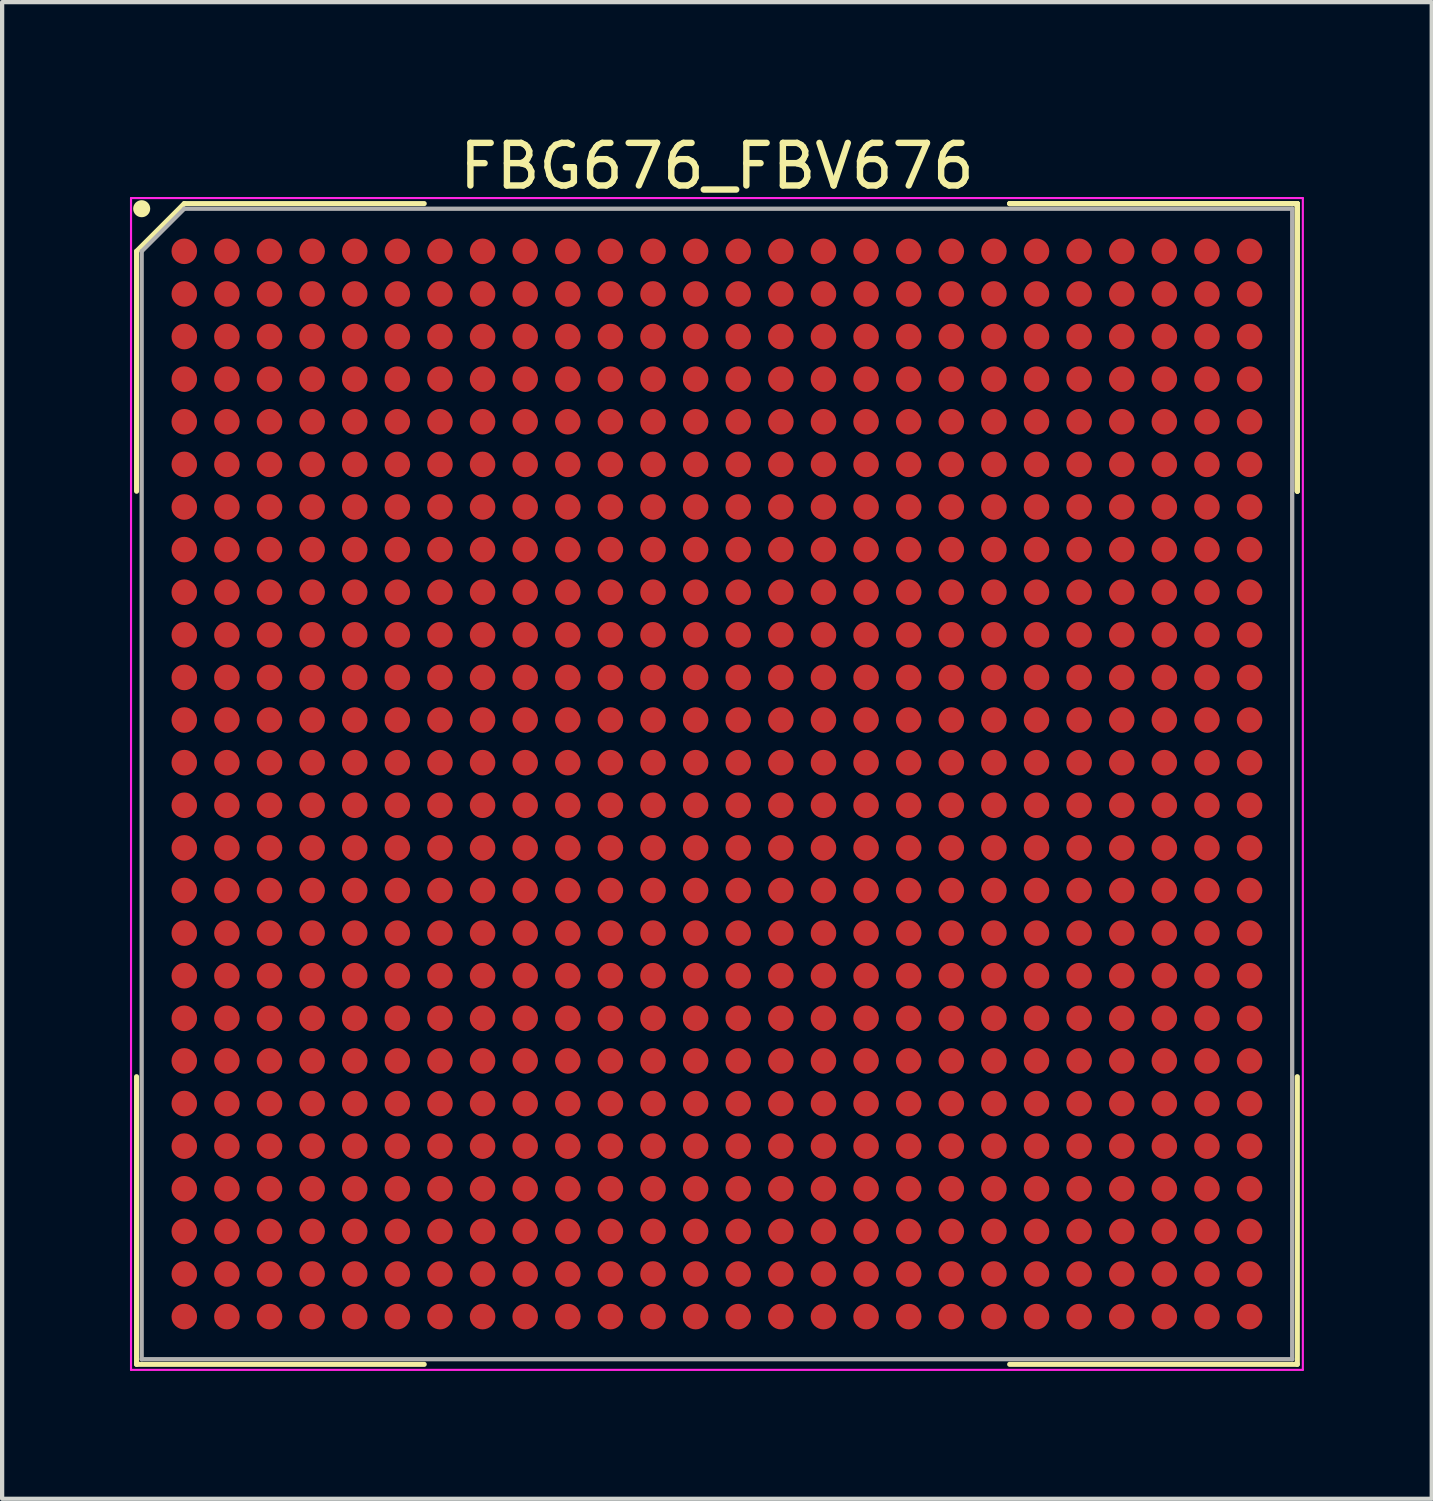
<source format=kicad_pcb>
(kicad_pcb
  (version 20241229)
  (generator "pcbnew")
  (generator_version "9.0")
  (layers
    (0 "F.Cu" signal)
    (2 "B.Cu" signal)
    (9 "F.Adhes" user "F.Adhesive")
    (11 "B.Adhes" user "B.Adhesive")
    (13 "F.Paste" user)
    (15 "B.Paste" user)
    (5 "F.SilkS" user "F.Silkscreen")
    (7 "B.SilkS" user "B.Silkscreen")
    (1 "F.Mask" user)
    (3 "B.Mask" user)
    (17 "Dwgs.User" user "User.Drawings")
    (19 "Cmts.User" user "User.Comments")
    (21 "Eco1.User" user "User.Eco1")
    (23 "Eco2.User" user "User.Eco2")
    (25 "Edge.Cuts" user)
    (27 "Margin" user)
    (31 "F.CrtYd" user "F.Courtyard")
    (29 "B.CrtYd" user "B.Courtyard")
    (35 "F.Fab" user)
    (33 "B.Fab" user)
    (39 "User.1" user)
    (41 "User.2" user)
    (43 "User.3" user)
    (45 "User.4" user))
  (footprint "FBG676_FBV676"
    (layer "F.Cu")
    (at 13.775 15.348)
    (property "Reference" "FBG676_FBV676" (at 0 -14.5 0) (layer "F.SilkS") (effects (font (size 1 1) (thickness 0.15))))
    (attr smd)
    (fp_line (start -13.62 -12.5) (end -13.62 -6.87) (stroke (width 0.12) (type solid)) (layer "F.SilkS"))
    (fp_line (start -13.62 13.62) (end -13.62 6.87) (stroke (width 0.12) (type solid)) (layer "F.SilkS"))
    (fp_line (start -12.5 -13.62) (end -13.62 -12.5) (stroke (width 0.12) (type solid)) (layer "F.SilkS"))
    (fp_line (start -6.87 -13.62) (end -12.5 -13.62) (stroke (width 0.12) (type solid)) (layer "F.SilkS"))
    (fp_line (start -6.87 13.62) (end -13.62 13.62) (stroke (width 0.12) (type solid)) (layer "F.SilkS"))
    (fp_line (start 6.87 -13.62) (end 13.62 -13.62) (stroke (width 0.12) (type solid)) (layer "F.SilkS"))
    (fp_line (start 6.87 -13.62) (end 13.62 -13.62) (stroke (width 0.12) (type solid)) (layer "F.SilkS"))
    (fp_line (start 6.87 -13.62) (end 13.62 -13.62) (stroke (width 0.12) (type solid)) (layer "F.SilkS"))
    (fp_line (start 6.87 13.62) (end 13.62 13.62) (stroke (width 0.12) (type solid)) (layer "F.SilkS"))
    (fp_line (start 13.62 -13.62) (end 13.62 -6.87) (stroke (width 0.12) (type solid)) (layer "F.SilkS"))
    (fp_line (start 13.62 -13.62) (end 13.62 -6.87) (stroke (width 0.12) (type solid)) (layer "F.SilkS"))
    (fp_line (start 13.62 -13.62) (end 13.62 -6.87) (stroke (width 0.12) (type solid)) (layer "F.SilkS"))
    (fp_line (start 13.62 13.62) (end 13.62 6.87) (stroke (width 0.12) (type solid)) (layer "F.SilkS"))
    (fp_circle (center -13.5 -13.5) (end -13.5 -13.4) (stroke (width 0.2) (type solid)) (fill no) (layer "F.SilkS"))
    (fp_line (start -13.75 -13.75) (end 13.75 -13.75) (stroke (width 0.05) (type solid)) (layer "F.CrtYd"))
    (fp_line (start -13.75 13.75) (end -13.75 -13.75) (stroke (width 0.05) (type solid)) (layer "F.CrtYd"))
    (fp_line (start 13.75 -13.75) (end 13.75 13.75) (stroke (width 0.05) (type solid)) (layer "F.CrtYd"))
    (fp_line (start 13.75 13.75) (end -13.75 13.75) (stroke (width 0.05) (type solid)) (layer "F.CrtYd"))
    (fp_line (start -13.5 -12.5) (end -13.5 13.5) (stroke (width 0.1) (type solid)) (layer "F.Fab"))
    (fp_line (start -13.5 13.5) (end 13.5 13.5) (stroke (width 0.1) (type solid)) (layer "F.Fab"))
    (fp_line (start -12.5 -13.5) (end -13.5 -12.5) (stroke (width 0.1) (type solid)) (layer "F.Fab"))
    (fp_line (start 13.5 -13.5) (end -12.5 -13.5) (stroke (width 0.1) (type solid)) (layer "F.Fab"))
    (fp_line (start 13.5 13.5) (end 13.5 -13.5) (stroke (width 0.1) (type solid)) (layer "F.Fab"))
    (pad "A1" smd circle (at -12.5 -12.5) (size 0.6 0.6) (layers "F.Cu" "F.Mask" "F.Paste"))
    (pad "A2" smd circle (at -11.5 -12.5) (size 0.6 0.6) (layers "F.Cu" "F.Mask" "F.Paste"))
    (pad "A3" smd circle (at -10.5 -12.5) (size 0.6 0.6) (layers "F.Cu" "F.Mask" "F.Paste"))
    (pad "A4" smd circle (at -9.5 -12.5) (size 0.6 0.6) (layers "F.Cu" "F.Mask" "F.Paste"))
    (pad "A5" smd circle (at -8.5 -12.5) (size 0.6 0.6) (layers "F.Cu" "F.Mask" "F.Paste"))
    (pad "A6" smd circle (at -7.5 -12.5) (size 0.6 0.6) (layers "F.Cu" "F.Mask" "F.Paste"))
    (pad "A7" smd circle (at -6.5 -12.5) (size 0.6 0.6) (layers "F.Cu" "F.Mask" "F.Paste"))
    (pad "A8" smd circle (at -5.5 -12.5) (size 0.6 0.6) (layers "F.Cu" "F.Mask" "F.Paste"))
    (pad "A9" smd circle (at -4.5 -12.5) (size 0.6 0.6) (layers "F.Cu" "F.Mask" "F.Paste"))
    (pad "A10" smd circle (at -3.5 -12.5) (size 0.6 0.6) (layers "F.Cu" "F.Mask" "F.Paste"))
    (pad "A11" smd circle (at -2.5 -12.5) (size 0.6 0.6) (layers "F.Cu" "F.Mask" "F.Paste"))
    (pad "A12" smd circle (at -1.5 -12.5) (size 0.6 0.6) (layers "F.Cu" "F.Mask" "F.Paste"))
    (pad "A13" smd circle (at -0.5 -12.5) (size 0.6 0.6) (layers "F.Cu" "F.Mask" "F.Paste"))
    (pad "A14" smd circle (at 0.5 -12.5) (size 0.6 0.6) (layers "F.Cu" "F.Mask" "F.Paste"))
    (pad "A15" smd circle (at 1.5 -12.5) (size 0.6 0.6) (layers "F.Cu" "F.Mask" "F.Paste"))
    (pad "A16" smd circle (at 2.5 -12.5) (size 0.6 0.6) (layers "F.Cu" "F.Mask" "F.Paste"))
    (pad "A17" smd circle (at 3.5 -12.5) (size 0.6 0.6) (layers "F.Cu" "F.Mask" "F.Paste"))
    (pad "A18" smd circle (at 4.5 -12.5) (size 0.6 0.6) (layers "F.Cu" "F.Mask" "F.Paste"))
    (pad "A19" smd circle (at 5.5 -12.5) (size 0.6 0.6) (layers "F.Cu" "F.Mask" "F.Paste"))
    (pad "A20" smd circle (at 6.5 -12.5) (size 0.6 0.6) (layers "F.Cu" "F.Mask" "F.Paste"))
    (pad "A21" smd circle (at 7.5 -12.5) (size 0.6 0.6) (layers "F.Cu" "F.Mask" "F.Paste"))
    (pad "A22" smd circle (at 8.5 -12.5) (size 0.6 0.6) (layers "F.Cu" "F.Mask" "F.Paste"))
    (pad "A23" smd circle (at 9.5 -12.5) (size 0.6 0.6) (layers "F.Cu" "F.Mask" "F.Paste"))
    (pad "A24" smd circle (at 10.5 -12.5) (size 0.6 0.6) (layers "F.Cu" "F.Mask" "F.Paste"))
    (pad "A25" smd circle (at 11.5 -12.5) (size 0.6 0.6) (layers "F.Cu" "F.Mask" "F.Paste"))
    (pad "A26" smd circle (at 12.5 -12.5) (size 0.6 0.6) (layers "F.Cu" "F.Mask" "F.Paste"))
    (pad "AA1" smd circle (at -12.5 7.5) (size 0.6 0.6) (layers "F.Cu" "F.Mask" "F.Paste"))
    (pad "AA2" smd circle (at -11.5 7.5) (size 0.6 0.6) (layers "F.Cu" "F.Mask" "F.Paste"))
    (pad "AA3" smd circle (at -10.5 7.5) (size 0.6 0.6) (layers "F.Cu" "F.Mask" "F.Paste"))
    (pad "AA4" smd circle (at -9.5 7.5) (size 0.6 0.6) (layers "F.Cu" "F.Mask" "F.Paste"))
    (pad "AA5" smd circle (at -8.5 7.5) (size 0.6 0.6) (layers "F.Cu" "F.Mask" "F.Paste"))
    (pad "AA6" smd circle (at -7.5 7.5) (size 0.6 0.6) (layers "F.Cu" "F.Mask" "F.Paste"))
    (pad "AA7" smd circle (at -6.5 7.5) (size 0.6 0.6) (layers "F.Cu" "F.Mask" "F.Paste"))
    (pad "AA8" smd circle (at -5.5 7.5) (size 0.6 0.6) (layers "F.Cu" "F.Mask" "F.Paste"))
    (pad "AA9" smd circle (at -4.5 7.5) (size 0.6 0.6) (layers "F.Cu" "F.Mask" "F.Paste"))
    (pad "AA10" smd circle (at -3.5 7.5) (size 0.6 0.6) (layers "F.Cu" "F.Mask" "F.Paste"))
    (pad "AA11" smd circle (at -2.5 7.5) (size 0.6 0.6) (layers "F.Cu" "F.Mask" "F.Paste"))
    (pad "AA12" smd circle (at -1.5 7.5) (size 0.6 0.6) (layers "F.Cu" "F.Mask" "F.Paste"))
    (pad "AA13" smd circle (at -0.5 7.5) (size 0.6 0.6) (layers "F.Cu" "F.Mask" "F.Paste"))
    (pad "AA14" smd circle (at 0.5 7.5) (size 0.6 0.6) (layers "F.Cu" "F.Mask" "F.Paste"))
    (pad "AA15" smd circle (at 1.5 7.5) (size 0.6 0.6) (layers "F.Cu" "F.Mask" "F.Paste"))
    (pad "AA16" smd circle (at 2.5 7.5) (size 0.6 0.6) (layers "F.Cu" "F.Mask" "F.Paste"))
    (pad "AA17" smd circle (at 3.5 7.5) (size 0.6 0.6) (layers "F.Cu" "F.Mask" "F.Paste"))
    (pad "AA18" smd circle (at 4.5 7.5) (size 0.6 0.6) (layers "F.Cu" "F.Mask" "F.Paste"))
    (pad "AA19" smd circle (at 5.5 7.5) (size 0.6 0.6) (layers "F.Cu" "F.Mask" "F.Paste"))
    (pad "AA20" smd circle (at 6.5 7.5) (size 0.6 0.6) (layers "F.Cu" "F.Mask" "F.Paste"))
    (pad "AA21" smd circle (at 7.5 7.5) (size 0.6 0.6) (layers "F.Cu" "F.Mask" "F.Paste"))
    (pad "AA22" smd circle (at 8.5 7.5) (size 0.6 0.6) (layers "F.Cu" "F.Mask" "F.Paste"))
    (pad "AA23" smd circle (at 9.5 7.5) (size 0.6 0.6) (layers "F.Cu" "F.Mask" "F.Paste"))
    (pad "AA24" smd circle (at 10.5 7.5) (size 0.6 0.6) (layers "F.Cu" "F.Mask" "F.Paste"))
    (pad "AA25" smd circle (at 11.5 7.5) (size 0.6 0.6) (layers "F.Cu" "F.Mask" "F.Paste"))
    (pad "AA26" smd circle (at 12.5 7.5) (size 0.6 0.6) (layers "F.Cu" "F.Mask" "F.Paste"))
    (pad "AB1" smd circle (at -12.5 8.5) (size 0.6 0.6) (layers "F.Cu" "F.Mask" "F.Paste"))
    (pad "AB2" smd circle (at -11.5 8.5) (size 0.6 0.6) (layers "F.Cu" "F.Mask" "F.Paste"))
    (pad "AB3" smd circle (at -10.5 8.5) (size 0.6 0.6) (layers "F.Cu" "F.Mask" "F.Paste"))
    (pad "AB4" smd circle (at -9.5 8.5) (size 0.6 0.6) (layers "F.Cu" "F.Mask" "F.Paste"))
    (pad "AB5" smd circle (at -8.5 8.5) (size 0.6 0.6) (layers "F.Cu" "F.Mask" "F.Paste"))
    (pad "AB6" smd circle (at -7.5 8.5) (size 0.6 0.6) (layers "F.Cu" "F.Mask" "F.Paste"))
    (pad "AB7" smd circle (at -6.5 8.5) (size 0.6 0.6) (layers "F.Cu" "F.Mask" "F.Paste"))
    (pad "AB8" smd circle (at -5.5 8.5) (size 0.6 0.6) (layers "F.Cu" "F.Mask" "F.Paste"))
    (pad "AB9" smd circle (at -4.5 8.5) (size 0.6 0.6) (layers "F.Cu" "F.Mask" "F.Paste"))
    (pad "AB10" smd circle (at -3.5 8.5) (size 0.6 0.6) (layers "F.Cu" "F.Mask" "F.Paste"))
    (pad "AB11" smd circle (at -2.5 8.5) (size 0.6 0.6) (layers "F.Cu" "F.Mask" "F.Paste"))
    (pad "AB12" smd circle (at -1.5 8.5) (size 0.6 0.6) (layers "F.Cu" "F.Mask" "F.Paste"))
    (pad "AB13" smd circle (at -0.5 8.5) (size 0.6 0.6) (layers "F.Cu" "F.Mask" "F.Paste"))
    (pad "AB14" smd circle (at 0.5 8.5) (size 0.6 0.6) (layers "F.Cu" "F.Mask" "F.Paste"))
    (pad "AB15" smd circle (at 1.5 8.5) (size 0.6 0.6) (layers "F.Cu" "F.Mask" "F.Paste"))
    (pad "AB16" smd circle (at 2.5 8.5) (size 0.6 0.6) (layers "F.Cu" "F.Mask" "F.Paste"))
    (pad "AB17" smd circle (at 3.5 8.5) (size 0.6 0.6) (layers "F.Cu" "F.Mask" "F.Paste"))
    (pad "AB18" smd circle (at 4.5 8.5) (size 0.6 0.6) (layers "F.Cu" "F.Mask" "F.Paste"))
    (pad "AB19" smd circle (at 5.5 8.5) (size 0.6 0.6) (layers "F.Cu" "F.Mask" "F.Paste"))
    (pad "AB20" smd circle (at 6.5 8.5) (size 0.6 0.6) (layers "F.Cu" "F.Mask" "F.Paste"))
    (pad "AB21" smd circle (at 7.5 8.5) (size 0.6 0.6) (layers "F.Cu" "F.Mask" "F.Paste"))
    (pad "AB22" smd circle (at 8.5 8.5) (size 0.6 0.6) (layers "F.Cu" "F.Mask" "F.Paste"))
    (pad "AB23" smd circle (at 9.5 8.5) (size 0.6 0.6) (layers "F.Cu" "F.Mask" "F.Paste"))
    (pad "AB24" smd circle (at 10.5 8.5) (size 0.6 0.6) (layers "F.Cu" "F.Mask" "F.Paste"))
    (pad "AB25" smd circle (at 11.5 8.5) (size 0.6 0.6) (layers "F.Cu" "F.Mask" "F.Paste"))
    (pad "AB26" smd circle (at 12.5 8.5) (size 0.6 0.6) (layers "F.Cu" "F.Mask" "F.Paste"))
    (pad "AC1" smd circle (at -12.5 9.5) (size 0.6 0.6) (layers "F.Cu" "F.Mask" "F.Paste"))
    (pad "AC2" smd circle (at -11.5 9.5) (size 0.6 0.6) (layers "F.Cu" "F.Mask" "F.Paste"))
    (pad "AC3" smd circle (at -10.5 9.5) (size 0.6 0.6) (layers "F.Cu" "F.Mask" "F.Paste"))
    (pad "AC4" smd circle (at -9.5 9.5) (size 0.6 0.6) (layers "F.Cu" "F.Mask" "F.Paste"))
    (pad "AC5" smd circle (at -8.5 9.5) (size 0.6 0.6) (layers "F.Cu" "F.Mask" "F.Paste"))
    (pad "AC6" smd circle (at -7.5 9.5) (size 0.6 0.6) (layers "F.Cu" "F.Mask" "F.Paste"))
    (pad "AC7" smd circle (at -6.5 9.5) (size 0.6 0.6) (layers "F.Cu" "F.Mask" "F.Paste"))
    (pad "AC8" smd circle (at -5.5 9.5) (size 0.6 0.6) (layers "F.Cu" "F.Mask" "F.Paste"))
    (pad "AC9" smd circle (at -4.5 9.5) (size 0.6 0.6) (layers "F.Cu" "F.Mask" "F.Paste"))
    (pad "AC10" smd circle (at -3.5 9.5) (size 0.6 0.6) (layers "F.Cu" "F.Mask" "F.Paste"))
    (pad "AC11" smd circle (at -2.5 9.5) (size 0.6 0.6) (layers "F.Cu" "F.Mask" "F.Paste"))
    (pad "AC12" smd circle (at -1.5 9.5) (size 0.6 0.6) (layers "F.Cu" "F.Mask" "F.Paste"))
    (pad "AC13" smd circle (at -0.5 9.5) (size 0.6 0.6) (layers "F.Cu" "F.Mask" "F.Paste"))
    (pad "AC14" smd circle (at 0.5 9.5) (size 0.6 0.6) (layers "F.Cu" "F.Mask" "F.Paste"))
    (pad "AC15" smd circle (at 1.5 9.5) (size 0.6 0.6) (layers "F.Cu" "F.Mask" "F.Paste"))
    (pad "AC16" smd circle (at 2.5 9.5) (size 0.6 0.6) (layers "F.Cu" "F.Mask" "F.Paste"))
    (pad "AC17" smd circle (at 3.5 9.5) (size 0.6 0.6) (layers "F.Cu" "F.Mask" "F.Paste"))
    (pad "AC18" smd circle (at 4.5 9.5) (size 0.6 0.6) (layers "F.Cu" "F.Mask" "F.Paste"))
    (pad "AC19" smd circle (at 5.5 9.5) (size 0.6 0.6) (layers "F.Cu" "F.Mask" "F.Paste"))
    (pad "AC20" smd circle (at 6.5 9.5) (size 0.6 0.6) (layers "F.Cu" "F.Mask" "F.Paste"))
    (pad "AC21" smd circle (at 7.5 9.5) (size 0.6 0.6) (layers "F.Cu" "F.Mask" "F.Paste"))
    (pad "AC22" smd circle (at 8.5 9.5) (size 0.6 0.6) (layers "F.Cu" "F.Mask" "F.Paste"))
    (pad "AC23" smd circle (at 9.5 9.5) (size 0.6 0.6) (layers "F.Cu" "F.Mask" "F.Paste"))
    (pad "AC24" smd circle (at 10.5 9.5) (size 0.6 0.6) (layers "F.Cu" "F.Mask" "F.Paste"))
    (pad "AC25" smd circle (at 11.5 9.5) (size 0.6 0.6) (layers "F.Cu" "F.Mask" "F.Paste"))
    (pad "AC26" smd circle (at 12.5 9.5) (size 0.6 0.6) (layers "F.Cu" "F.Mask" "F.Paste"))
    (pad "AD1" smd circle (at -12.5 10.5) (size 0.6 0.6) (layers "F.Cu" "F.Mask" "F.Paste"))
    (pad "AD2" smd circle (at -11.5 10.5) (size 0.6 0.6) (layers "F.Cu" "F.Mask" "F.Paste"))
    (pad "AD3" smd circle (at -10.5 10.5) (size 0.6 0.6) (layers "F.Cu" "F.Mask" "F.Paste"))
    (pad "AD4" smd circle (at -9.5 10.5) (size 0.6 0.6) (layers "F.Cu" "F.Mask" "F.Paste"))
    (pad "AD5" smd circle (at -8.5 10.5) (size 0.6 0.6) (layers "F.Cu" "F.Mask" "F.Paste"))
    (pad "AD6" smd circle (at -7.5 10.5) (size 0.6 0.6) (layers "F.Cu" "F.Mask" "F.Paste"))
    (pad "AD7" smd circle (at -6.5 10.5) (size 0.6 0.6) (layers "F.Cu" "F.Mask" "F.Paste"))
    (pad "AD8" smd circle (at -5.5 10.5) (size 0.6 0.6) (layers "F.Cu" "F.Mask" "F.Paste"))
    (pad "AD9" smd circle (at -4.5 10.5) (size 0.6 0.6) (layers "F.Cu" "F.Mask" "F.Paste"))
    (pad "AD10" smd circle (at -3.5 10.5) (size 0.6 0.6) (layers "F.Cu" "F.Mask" "F.Paste"))
    (pad "AD11" smd circle (at -2.5 10.5) (size 0.6 0.6) (layers "F.Cu" "F.Mask" "F.Paste"))
    (pad "AD12" smd circle (at -1.5 10.5) (size 0.6 0.6) (layers "F.Cu" "F.Mask" "F.Paste"))
    (pad "AD13" smd circle (at -0.5 10.5) (size 0.6 0.6) (layers "F.Cu" "F.Mask" "F.Paste"))
    (pad "AD14" smd circle (at 0.5 10.5) (size 0.6 0.6) (layers "F.Cu" "F.Mask" "F.Paste"))
    (pad "AD15" smd circle (at 1.5 10.5) (size 0.6 0.6) (layers "F.Cu" "F.Mask" "F.Paste"))
    (pad "AD16" smd circle (at 2.5 10.5) (size 0.6 0.6) (layers "F.Cu" "F.Mask" "F.Paste"))
    (pad "AD17" smd circle (at 3.5 10.5) (size 0.6 0.6) (layers "F.Cu" "F.Mask" "F.Paste"))
    (pad "AD18" smd circle (at 4.5 10.5) (size 0.6 0.6) (layers "F.Cu" "F.Mask" "F.Paste"))
    (pad "AD19" smd circle (at 5.5 10.5) (size 0.6 0.6) (layers "F.Cu" "F.Mask" "F.Paste"))
    (pad "AD20" smd circle (at 6.5 10.5) (size 0.6 0.6) (layers "F.Cu" "F.Mask" "F.Paste"))
    (pad "AD21" smd circle (at 7.5 10.5) (size 0.6 0.6) (layers "F.Cu" "F.Mask" "F.Paste"))
    (pad "AD22" smd circle (at 8.5 10.5) (size 0.6 0.6) (layers "F.Cu" "F.Mask" "F.Paste"))
    (pad "AD23" smd circle (at 9.5 10.5) (size 0.6 0.6) (layers "F.Cu" "F.Mask" "F.Paste"))
    (pad "AD24" smd circle (at 10.5 10.5) (size 0.6 0.6) (layers "F.Cu" "F.Mask" "F.Paste"))
    (pad "AD25" smd circle (at 11.5 10.5) (size 0.6 0.6) (layers "F.Cu" "F.Mask" "F.Paste"))
    (pad "AD26" smd circle (at 12.5 10.5) (size 0.6 0.6) (layers "F.Cu" "F.Mask" "F.Paste"))
    (pad "AE1" smd circle (at -12.5 11.5) (size 0.6 0.6) (layers "F.Cu" "F.Mask" "F.Paste"))
    (pad "AE2" smd circle (at -11.5 11.5) (size 0.6 0.6) (layers "F.Cu" "F.Mask" "F.Paste"))
    (pad "AE3" smd circle (at -10.5 11.5) (size 0.6 0.6) (layers "F.Cu" "F.Mask" "F.Paste"))
    (pad "AE4" smd circle (at -9.5 11.5) (size 0.6 0.6) (layers "F.Cu" "F.Mask" "F.Paste"))
    (pad "AE5" smd circle (at -8.5 11.5) (size 0.6 0.6) (layers "F.Cu" "F.Mask" "F.Paste"))
    (pad "AE6" smd circle (at -7.5 11.5) (size 0.6 0.6) (layers "F.Cu" "F.Mask" "F.Paste"))
    (pad "AE7" smd circle (at -6.5 11.5) (size 0.6 0.6) (layers "F.Cu" "F.Mask" "F.Paste"))
    (pad "AE8" smd circle (at -5.5 11.5) (size 0.6 0.6) (layers "F.Cu" "F.Mask" "F.Paste"))
    (pad "AE9" smd circle (at -4.5 11.5) (size 0.6 0.6) (layers "F.Cu" "F.Mask" "F.Paste"))
    (pad "AE10" smd circle (at -3.5 11.5) (size 0.6 0.6) (layers "F.Cu" "F.Mask" "F.Paste"))
    (pad "AE11" smd circle (at -2.5 11.5) (size 0.6 0.6) (layers "F.Cu" "F.Mask" "F.Paste"))
    (pad "AE12" smd circle (at -1.5 11.5) (size 0.6 0.6) (layers "F.Cu" "F.Mask" "F.Paste"))
    (pad "AE13" smd circle (at -0.5 11.5) (size 0.6 0.6) (layers "F.Cu" "F.Mask" "F.Paste"))
    (pad "AE14" smd circle (at 0.5 11.5) (size 0.6 0.6) (layers "F.Cu" "F.Mask" "F.Paste"))
    (pad "AE15" smd circle (at 1.5 11.5) (size 0.6 0.6) (layers "F.Cu" "F.Mask" "F.Paste"))
    (pad "AE16" smd circle (at 2.5 11.5) (size 0.6 0.6) (layers "F.Cu" "F.Mask" "F.Paste"))
    (pad "AE17" smd circle (at 3.5 11.5) (size 0.6 0.6) (layers "F.Cu" "F.Mask" "F.Paste"))
    (pad "AE18" smd circle (at 4.5 11.5) (size 0.6 0.6) (layers "F.Cu" "F.Mask" "F.Paste"))
    (pad "AE19" smd circle (at 5.5 11.5) (size 0.6 0.6) (layers "F.Cu" "F.Mask" "F.Paste"))
    (pad "AE20" smd circle (at 6.5 11.5) (size 0.6 0.6) (layers "F.Cu" "F.Mask" "F.Paste"))
    (pad "AE21" smd circle (at 7.5 11.5) (size 0.6 0.6) (layers "F.Cu" "F.Mask" "F.Paste"))
    (pad "AE22" smd circle (at 8.5 11.5) (size 0.6 0.6) (layers "F.Cu" "F.Mask" "F.Paste"))
    (pad "AE23" smd circle (at 9.5 11.5) (size 0.6 0.6) (layers "F.Cu" "F.Mask" "F.Paste"))
    (pad "AE24" smd circle (at 10.5 11.5) (size 0.6 0.6) (layers "F.Cu" "F.Mask" "F.Paste"))
    (pad "AE25" smd circle (at 11.5 11.5) (size 0.6 0.6) (layers "F.Cu" "F.Mask" "F.Paste"))
    (pad "AE26" smd circle (at 12.5 11.5) (size 0.6 0.6) (layers "F.Cu" "F.Mask" "F.Paste"))
    (pad "AF1" smd circle (at -12.5 12.5) (size 0.6 0.6) (layers "F.Cu" "F.Mask" "F.Paste"))
    (pad "AF2" smd circle (at -11.5 12.5) (size 0.6 0.6) (layers "F.Cu" "F.Mask" "F.Paste"))
    (pad "AF3" smd circle (at -10.5 12.5) (size 0.6 0.6) (layers "F.Cu" "F.Mask" "F.Paste"))
    (pad "AF4" smd circle (at -9.5 12.5) (size 0.6 0.6) (layers "F.Cu" "F.Mask" "F.Paste"))
    (pad "AF5" smd circle (at -8.5 12.5) (size 0.6 0.6) (layers "F.Cu" "F.Mask" "F.Paste"))
    (pad "AF6" smd circle (at -7.5 12.5) (size 0.6 0.6) (layers "F.Cu" "F.Mask" "F.Paste"))
    (pad "AF7" smd circle (at -6.5 12.5) (size 0.6 0.6) (layers "F.Cu" "F.Mask" "F.Paste"))
    (pad "AF8" smd circle (at -5.5 12.5) (size 0.6 0.6) (layers "F.Cu" "F.Mask" "F.Paste"))
    (pad "AF9" smd circle (at -4.5 12.5) (size 0.6 0.6) (layers "F.Cu" "F.Mask" "F.Paste"))
    (pad "AF10" smd circle (at -3.5 12.5) (size 0.6 0.6) (layers "F.Cu" "F.Mask" "F.Paste"))
    (pad "AF11" smd circle (at -2.5 12.5) (size 0.6 0.6) (layers "F.Cu" "F.Mask" "F.Paste"))
    (pad "AF12" smd circle (at -1.5 12.5) (size 0.6 0.6) (layers "F.Cu" "F.Mask" "F.Paste"))
    (pad "AF13" smd circle (at -0.5 12.5) (size 0.6 0.6) (layers "F.Cu" "F.Mask" "F.Paste"))
    (pad "AF14" smd circle (at 0.5 12.5) (size 0.6 0.6) (layers "F.Cu" "F.Mask" "F.Paste"))
    (pad "AF15" smd circle (at 1.5 12.5) (size 0.6 0.6) (layers "F.Cu" "F.Mask" "F.Paste"))
    (pad "AF16" smd circle (at 2.5 12.5) (size 0.6 0.6) (layers "F.Cu" "F.Mask" "F.Paste"))
    (pad "AF17" smd circle (at 3.5 12.5) (size 0.6 0.6) (layers "F.Cu" "F.Mask" "F.Paste"))
    (pad "AF18" smd circle (at 4.5 12.5) (size 0.6 0.6) (layers "F.Cu" "F.Mask" "F.Paste"))
    (pad "AF19" smd circle (at 5.5 12.5) (size 0.6 0.6) (layers "F.Cu" "F.Mask" "F.Paste"))
    (pad "AF20" smd circle (at 6.5 12.5) (size 0.6 0.6) (layers "F.Cu" "F.Mask" "F.Paste"))
    (pad "AF21" smd circle (at 7.5 12.5) (size 0.6 0.6) (layers "F.Cu" "F.Mask" "F.Paste"))
    (pad "AF22" smd circle (at 8.5 12.5) (size 0.6 0.6) (layers "F.Cu" "F.Mask" "F.Paste"))
    (pad "AF23" smd circle (at 9.5 12.5) (size 0.6 0.6) (layers "F.Cu" "F.Mask" "F.Paste"))
    (pad "AF24" smd circle (at 10.5 12.5) (size 0.6 0.6) (layers "F.Cu" "F.Mask" "F.Paste"))
    (pad "AF25" smd circle (at 11.5 12.5) (size 0.6 0.6) (layers "F.Cu" "F.Mask" "F.Paste"))
    (pad "AF26" smd circle (at 12.5 12.5) (size 0.6 0.6) (layers "F.Cu" "F.Mask" "F.Paste"))
    (pad "B1" smd circle (at -12.5 -11.5) (size 0.6 0.6) (layers "F.Cu" "F.Mask" "F.Paste"))
    (pad "B2" smd circle (at -11.5 -11.5) (size 0.6 0.6) (layers "F.Cu" "F.Mask" "F.Paste"))
    (pad "B3" smd circle (at -10.5 -11.5) (size 0.6 0.6) (layers "F.Cu" "F.Mask" "F.Paste"))
    (pad "B4" smd circle (at -9.5 -11.5) (size 0.6 0.6) (layers "F.Cu" "F.Mask" "F.Paste"))
    (pad "B5" smd circle (at -8.5 -11.5) (size 0.6 0.6) (layers "F.Cu" "F.Mask" "F.Paste"))
    (pad "B6" smd circle (at -7.5 -11.5) (size 0.6 0.6) (layers "F.Cu" "F.Mask" "F.Paste"))
    (pad "B7" smd circle (at -6.5 -11.5) (size 0.6 0.6) (layers "F.Cu" "F.Mask" "F.Paste"))
    (pad "B8" smd circle (at -5.5 -11.5) (size 0.6 0.6) (layers "F.Cu" "F.Mask" "F.Paste"))
    (pad "B9" smd circle (at -4.5 -11.5) (size 0.6 0.6) (layers "F.Cu" "F.Mask" "F.Paste"))
    (pad "B10" smd circle (at -3.5 -11.5) (size 0.6 0.6) (layers "F.Cu" "F.Mask" "F.Paste"))
    (pad "B11" smd circle (at -2.5 -11.5) (size 0.6 0.6) (layers "F.Cu" "F.Mask" "F.Paste"))
    (pad "B12" smd circle (at -1.5 -11.5) (size 0.6 0.6) (layers "F.Cu" "F.Mask" "F.Paste"))
    (pad "B13" smd circle (at -0.5 -11.5) (size 0.6 0.6) (layers "F.Cu" "F.Mask" "F.Paste"))
    (pad "B14" smd circle (at 0.5 -11.5) (size 0.6 0.6) (layers "F.Cu" "F.Mask" "F.Paste"))
    (pad "B15" smd circle (at 1.5 -11.5) (size 0.6 0.6) (layers "F.Cu" "F.Mask" "F.Paste"))
    (pad "B16" smd circle (at 2.5 -11.5) (size 0.6 0.6) (layers "F.Cu" "F.Mask" "F.Paste"))
    (pad "B17" smd circle (at 3.5 -11.5) (size 0.6 0.6) (layers "F.Cu" "F.Mask" "F.Paste"))
    (pad "B18" smd circle (at 4.5 -11.5) (size 0.6 0.6) (layers "F.Cu" "F.Mask" "F.Paste"))
    (pad "B19" smd circle (at 5.5 -11.5) (size 0.6 0.6) (layers "F.Cu" "F.Mask" "F.Paste"))
    (pad "B20" smd circle (at 6.5 -11.5) (size 0.6 0.6) (layers "F.Cu" "F.Mask" "F.Paste"))
    (pad "B21" smd circle (at 7.5 -11.5) (size 0.6 0.6) (layers "F.Cu" "F.Mask" "F.Paste"))
    (pad "B22" smd circle (at 8.5 -11.5) (size 0.6 0.6) (layers "F.Cu" "F.Mask" "F.Paste"))
    (pad "B23" smd circle (at 9.5 -11.5) (size 0.6 0.6) (layers "F.Cu" "F.Mask" "F.Paste"))
    (pad "B24" smd circle (at 10.5 -11.5) (size 0.6 0.6) (layers "F.Cu" "F.Mask" "F.Paste"))
    (pad "B25" smd circle (at 11.5 -11.5) (size 0.6 0.6) (layers "F.Cu" "F.Mask" "F.Paste"))
    (pad "B26" smd circle (at 12.5 -11.5) (size 0.6 0.6) (layers "F.Cu" "F.Mask" "F.Paste"))
    (pad "C1" smd circle (at -12.5 -10.5) (size 0.6 0.6) (layers "F.Cu" "F.Mask" "F.Paste"))
    (pad "C2" smd circle (at -11.5 -10.5) (size 0.6 0.6) (layers "F.Cu" "F.Mask" "F.Paste"))
    (pad "C3" smd circle (at -10.5 -10.5) (size 0.6 0.6) (layers "F.Cu" "F.Mask" "F.Paste"))
    (pad "C4" smd circle (at -9.5 -10.5) (size 0.6 0.6) (layers "F.Cu" "F.Mask" "F.Paste"))
    (pad "C5" smd circle (at -8.5 -10.5) (size 0.6 0.6) (layers "F.Cu" "F.Mask" "F.Paste"))
    (pad "C6" smd circle (at -7.5 -10.5) (size 0.6 0.6) (layers "F.Cu" "F.Mask" "F.Paste"))
    (pad "C7" smd circle (at -6.5 -10.5) (size 0.6 0.6) (layers "F.Cu" "F.Mask" "F.Paste"))
    (pad "C8" smd circle (at -5.5 -10.5) (size 0.6 0.6) (layers "F.Cu" "F.Mask" "F.Paste"))
    (pad "C9" smd circle (at -4.5 -10.5) (size 0.6 0.6) (layers "F.Cu" "F.Mask" "F.Paste"))
    (pad "C10" smd circle (at -3.5 -10.5) (size 0.6 0.6) (layers "F.Cu" "F.Mask" "F.Paste"))
    (pad "C11" smd circle (at -2.5 -10.5) (size 0.6 0.6) (layers "F.Cu" "F.Mask" "F.Paste"))
    (pad "C12" smd circle (at -1.5 -10.5) (size 0.6 0.6) (layers "F.Cu" "F.Mask" "F.Paste"))
    (pad "C13" smd circle (at -0.5 -10.5) (size 0.6 0.6) (layers "F.Cu" "F.Mask" "F.Paste"))
    (pad "C14" smd circle (at 0.5 -10.5) (size 0.6 0.6) (layers "F.Cu" "F.Mask" "F.Paste"))
    (pad "C15" smd circle (at 1.5 -10.5) (size 0.6 0.6) (layers "F.Cu" "F.Mask" "F.Paste"))
    (pad "C16" smd circle (at 2.5 -10.5) (size 0.6 0.6) (layers "F.Cu" "F.Mask" "F.Paste"))
    (pad "C17" smd circle (at 3.5 -10.5) (size 0.6 0.6) (layers "F.Cu" "F.Mask" "F.Paste"))
    (pad "C18" smd circle (at 4.5 -10.5) (size 0.6 0.6) (layers "F.Cu" "F.Mask" "F.Paste"))
    (pad "C19" smd circle (at 5.5 -10.5) (size 0.6 0.6) (layers "F.Cu" "F.Mask" "F.Paste"))
    (pad "C20" smd circle (at 6.5 -10.5) (size 0.6 0.6) (layers "F.Cu" "F.Mask" "F.Paste"))
    (pad "C21" smd circle (at 7.5 -10.5) (size 0.6 0.6) (layers "F.Cu" "F.Mask" "F.Paste"))
    (pad "C22" smd circle (at 8.5 -10.5) (size 0.6 0.6) (layers "F.Cu" "F.Mask" "F.Paste"))
    (pad "C23" smd circle (at 9.5 -10.5) (size 0.6 0.6) (layers "F.Cu" "F.Mask" "F.Paste"))
    (pad "C24" smd circle (at 10.5 -10.5) (size 0.6 0.6) (layers "F.Cu" "F.Mask" "F.Paste"))
    (pad "C25" smd circle (at 11.5 -10.5) (size 0.6 0.6) (layers "F.Cu" "F.Mask" "F.Paste"))
    (pad "C26" smd circle (at 12.5 -10.5) (size 0.6 0.6) (layers "F.Cu" "F.Mask" "F.Paste"))
    (pad "D1" smd circle (at -12.5 -9.5) (size 0.6 0.6) (layers "F.Cu" "F.Mask" "F.Paste"))
    (pad "D2" smd circle (at -11.5 -9.5) (size 0.6 0.6) (layers "F.Cu" "F.Mask" "F.Paste"))
    (pad "D3" smd circle (at -10.5 -9.5) (size 0.6 0.6) (layers "F.Cu" "F.Mask" "F.Paste"))
    (pad "D4" smd circle (at -9.5 -9.5) (size 0.6 0.6) (layers "F.Cu" "F.Mask" "F.Paste"))
    (pad "D5" smd circle (at -8.5 -9.5) (size 0.6 0.6) (layers "F.Cu" "F.Mask" "F.Paste"))
    (pad "D6" smd circle (at -7.5 -9.5) (size 0.6 0.6) (layers "F.Cu" "F.Mask" "F.Paste"))
    (pad "D7" smd circle (at -6.5 -9.5) (size 0.6 0.6) (layers "F.Cu" "F.Mask" "F.Paste"))
    (pad "D8" smd circle (at -5.5 -9.5) (size 0.6 0.6) (layers "F.Cu" "F.Mask" "F.Paste"))
    (pad "D9" smd circle (at -4.5 -9.5) (size 0.6 0.6) (layers "F.Cu" "F.Mask" "F.Paste"))
    (pad "D10" smd circle (at -3.5 -9.5) (size 0.6 0.6) (layers "F.Cu" "F.Mask" "F.Paste"))
    (pad "D11" smd circle (at -2.5 -9.5) (size 0.6 0.6) (layers "F.Cu" "F.Mask" "F.Paste"))
    (pad "D12" smd circle (at -1.5 -9.5) (size 0.6 0.6) (layers "F.Cu" "F.Mask" "F.Paste"))
    (pad "D13" smd circle (at -0.5 -9.5) (size 0.6 0.6) (layers "F.Cu" "F.Mask" "F.Paste"))
    (pad "D14" smd circle (at 0.5 -9.5) (size 0.6 0.6) (layers "F.Cu" "F.Mask" "F.Paste"))
    (pad "D15" smd circle (at 1.5 -9.5) (size 0.6 0.6) (layers "F.Cu" "F.Mask" "F.Paste"))
    (pad "D16" smd circle (at 2.5 -9.5) (size 0.6 0.6) (layers "F.Cu" "F.Mask" "F.Paste"))
    (pad "D17" smd circle (at 3.5 -9.5) (size 0.6 0.6) (layers "F.Cu" "F.Mask" "F.Paste"))
    (pad "D18" smd circle (at 4.5 -9.5) (size 0.6 0.6) (layers "F.Cu" "F.Mask" "F.Paste"))
    (pad "D19" smd circle (at 5.5 -9.5) (size 0.6 0.6) (layers "F.Cu" "F.Mask" "F.Paste"))
    (pad "D20" smd circle (at 6.5 -9.5) (size 0.6 0.6) (layers "F.Cu" "F.Mask" "F.Paste"))
    (pad "D21" smd circle (at 7.5 -9.5) (size 0.6 0.6) (layers "F.Cu" "F.Mask" "F.Paste"))
    (pad "D22" smd circle (at 8.5 -9.5) (size 0.6 0.6) (layers "F.Cu" "F.Mask" "F.Paste"))
    (pad "D23" smd circle (at 9.5 -9.5) (size 0.6 0.6) (layers "F.Cu" "F.Mask" "F.Paste"))
    (pad "D24" smd circle (at 10.5 -9.5) (size 0.6 0.6) (layers "F.Cu" "F.Mask" "F.Paste"))
    (pad "D25" smd circle (at 11.5 -9.5) (size 0.6 0.6) (layers "F.Cu" "F.Mask" "F.Paste"))
    (pad "D26" smd circle (at 12.5 -9.5) (size 0.6 0.6) (layers "F.Cu" "F.Mask" "F.Paste"))
    (pad "E1" smd circle (at -12.5 -8.5) (size 0.6 0.6) (layers "F.Cu" "F.Mask" "F.Paste"))
    (pad "E2" smd circle (at -11.5 -8.5) (size 0.6 0.6) (layers "F.Cu" "F.Mask" "F.Paste"))
    (pad "E3" smd circle (at -10.5 -8.5) (size 0.6 0.6) (layers "F.Cu" "F.Mask" "F.Paste"))
    (pad "E4" smd circle (at -9.5 -8.5) (size 0.6 0.6) (layers "F.Cu" "F.Mask" "F.Paste"))
    (pad "E5" smd circle (at -8.5 -8.5) (size 0.6 0.6) (layers "F.Cu" "F.Mask" "F.Paste"))
    (pad "E6" smd circle (at -7.5 -8.5) (size 0.6 0.6) (layers "F.Cu" "F.Mask" "F.Paste"))
    (pad "E7" smd circle (at -6.5 -8.5) (size 0.6 0.6) (layers "F.Cu" "F.Mask" "F.Paste"))
    (pad "E8" smd circle (at -5.5 -8.5) (size 0.6 0.6) (layers "F.Cu" "F.Mask" "F.Paste"))
    (pad "E9" smd circle (at -4.5 -8.5) (size 0.6 0.6) (layers "F.Cu" "F.Mask" "F.Paste"))
    (pad "E10" smd circle (at -3.5 -8.5) (size 0.6 0.6) (layers "F.Cu" "F.Mask" "F.Paste"))
    (pad "E11" smd circle (at -2.5 -8.5) (size 0.6 0.6) (layers "F.Cu" "F.Mask" "F.Paste"))
    (pad "E12" smd circle (at -1.5 -8.5) (size 0.6 0.6) (layers "F.Cu" "F.Mask" "F.Paste"))
    (pad "E13" smd circle (at -0.5 -8.5) (size 0.6 0.6) (layers "F.Cu" "F.Mask" "F.Paste"))
    (pad "E14" smd circle (at 0.5 -8.5) (size 0.6 0.6) (layers "F.Cu" "F.Mask" "F.Paste"))
    (pad "E15" smd circle (at 1.5 -8.5) (size 0.6 0.6) (layers "F.Cu" "F.Mask" "F.Paste"))
    (pad "E16" smd circle (at 2.5 -8.5) (size 0.6 0.6) (layers "F.Cu" "F.Mask" "F.Paste"))
    (pad "E17" smd circle (at 3.5 -8.5) (size 0.6 0.6) (layers "F.Cu" "F.Mask" "F.Paste"))
    (pad "E18" smd circle (at 4.5 -8.5) (size 0.6 0.6) (layers "F.Cu" "F.Mask" "F.Paste"))
    (pad "E19" smd circle (at 5.5 -8.5) (size 0.6 0.6) (layers "F.Cu" "F.Mask" "F.Paste"))
    (pad "E20" smd circle (at 6.5 -8.5) (size 0.6 0.6) (layers "F.Cu" "F.Mask" "F.Paste"))
    (pad "E21" smd circle (at 7.5 -8.5) (size 0.6 0.6) (layers "F.Cu" "F.Mask" "F.Paste"))
    (pad "E22" smd circle (at 8.5 -8.5) (size 0.6 0.6) (layers "F.Cu" "F.Mask" "F.Paste"))
    (pad "E23" smd circle (at 9.5 -8.5) (size 0.6 0.6) (layers "F.Cu" "F.Mask" "F.Paste"))
    (pad "E24" smd circle (at 10.5 -8.5) (size 0.6 0.6) (layers "F.Cu" "F.Mask" "F.Paste"))
    (pad "E25" smd circle (at 11.5 -8.5) (size 0.6 0.6) (layers "F.Cu" "F.Mask" "F.Paste"))
    (pad "E26" smd circle (at 12.5 -8.5) (size 0.6 0.6) (layers "F.Cu" "F.Mask" "F.Paste"))
    (pad "F1" smd circle (at -12.5 -7.5) (size 0.6 0.6) (layers "F.Cu" "F.Mask" "F.Paste"))
    (pad "F2" smd circle (at -11.5 -7.5) (size 0.6 0.6) (layers "F.Cu" "F.Mask" "F.Paste"))
    (pad "F3" smd circle (at -10.5 -7.5) (size 0.6 0.6) (layers "F.Cu" "F.Mask" "F.Paste"))
    (pad "F4" smd circle (at -9.5 -7.5) (size 0.6 0.6) (layers "F.Cu" "F.Mask" "F.Paste"))
    (pad "F5" smd circle (at -8.5 -7.5) (size 0.6 0.6) (layers "F.Cu" "F.Mask" "F.Paste"))
    (pad "F6" smd circle (at -7.5 -7.5) (size 0.6 0.6) (layers "F.Cu" "F.Mask" "F.Paste"))
    (pad "F7" smd circle (at -6.5 -7.5) (size 0.6 0.6) (layers "F.Cu" "F.Mask" "F.Paste"))
    (pad "F8" smd circle (at -5.5 -7.5) (size 0.6 0.6) (layers "F.Cu" "F.Mask" "F.Paste"))
    (pad "F9" smd circle (at -4.5 -7.5) (size 0.6 0.6) (layers "F.Cu" "F.Mask" "F.Paste"))
    (pad "F10" smd circle (at -3.5 -7.5) (size 0.6 0.6) (layers "F.Cu" "F.Mask" "F.Paste"))
    (pad "F11" smd circle (at -2.5 -7.5) (size 0.6 0.6) (layers "F.Cu" "F.Mask" "F.Paste"))
    (pad "F12" smd circle (at -1.5 -7.5) (size 0.6 0.6) (layers "F.Cu" "F.Mask" "F.Paste"))
    (pad "F13" smd circle (at -0.5 -7.5) (size 0.6 0.6) (layers "F.Cu" "F.Mask" "F.Paste"))
    (pad "F14" smd circle (at 0.5 -7.5) (size 0.6 0.6) (layers "F.Cu" "F.Mask" "F.Paste"))
    (pad "F15" smd circle (at 1.5 -7.5) (size 0.6 0.6) (layers "F.Cu" "F.Mask" "F.Paste"))
    (pad "F16" smd circle (at 2.5 -7.5) (size 0.6 0.6) (layers "F.Cu" "F.Mask" "F.Paste"))
    (pad "F17" smd circle (at 3.5 -7.5) (size 0.6 0.6) (layers "F.Cu" "F.Mask" "F.Paste"))
    (pad "F18" smd circle (at 4.5 -7.5) (size 0.6 0.6) (layers "F.Cu" "F.Mask" "F.Paste"))
    (pad "F19" smd circle (at 5.5 -7.5) (size 0.6 0.6) (layers "F.Cu" "F.Mask" "F.Paste"))
    (pad "F20" smd circle (at 6.5 -7.5) (size 0.6 0.6) (layers "F.Cu" "F.Mask" "F.Paste"))
    (pad "F21" smd circle (at 7.5 -7.5) (size 0.6 0.6) (layers "F.Cu" "F.Mask" "F.Paste"))
    (pad "F22" smd circle (at 8.5 -7.5) (size 0.6 0.6) (layers "F.Cu" "F.Mask" "F.Paste"))
    (pad "F23" smd circle (at 9.5 -7.5) (size 0.6 0.6) (layers "F.Cu" "F.Mask" "F.Paste"))
    (pad "F24" smd circle (at 10.5 -7.5) (size 0.6 0.6) (layers "F.Cu" "F.Mask" "F.Paste"))
    (pad "F25" smd circle (at 11.5 -7.5) (size 0.6 0.6) (layers "F.Cu" "F.Mask" "F.Paste"))
    (pad "F26" smd circle (at 12.5 -7.5) (size 0.6 0.6) (layers "F.Cu" "F.Mask" "F.Paste"))
    (pad "G1" smd circle (at -12.5 -6.5) (size 0.6 0.6) (layers "F.Cu" "F.Mask" "F.Paste"))
    (pad "G2" smd circle (at -11.5 -6.5) (size 0.6 0.6) (layers "F.Cu" "F.Mask" "F.Paste"))
    (pad "G3" smd circle (at -10.5 -6.5) (size 0.6 0.6) (layers "F.Cu" "F.Mask" "F.Paste"))
    (pad "G4" smd circle (at -9.5 -6.5) (size 0.6 0.6) (layers "F.Cu" "F.Mask" "F.Paste"))
    (pad "G5" smd circle (at -8.5 -6.5) (size 0.6 0.6) (layers "F.Cu" "F.Mask" "F.Paste"))
    (pad "G6" smd circle (at -7.5 -6.5) (size 0.6 0.6) (layers "F.Cu" "F.Mask" "F.Paste"))
    (pad "G7" smd circle (at -6.5 -6.5) (size 0.6 0.6) (layers "F.Cu" "F.Mask" "F.Paste"))
    (pad "G8" smd circle (at -5.5 -6.5) (size 0.6 0.6) (layers "F.Cu" "F.Mask" "F.Paste"))
    (pad "G9" smd circle (at -4.5 -6.5) (size 0.6 0.6) (layers "F.Cu" "F.Mask" "F.Paste"))
    (pad "G10" smd circle (at -3.5 -6.5) (size 0.6 0.6) (layers "F.Cu" "F.Mask" "F.Paste"))
    (pad "G11" smd circle (at -2.5 -6.5) (size 0.6 0.6) (layers "F.Cu" "F.Mask" "F.Paste"))
    (pad "G12" smd circle (at -1.5 -6.5) (size 0.6 0.6) (layers "F.Cu" "F.Mask" "F.Paste"))
    (pad "G13" smd circle (at -0.5 -6.5) (size 0.6 0.6) (layers "F.Cu" "F.Mask" "F.Paste"))
    (pad "G14" smd circle (at 0.5 -6.5) (size 0.6 0.6) (layers "F.Cu" "F.Mask" "F.Paste"))
    (pad "G15" smd circle (at 1.5 -6.5) (size 0.6 0.6) (layers "F.Cu" "F.Mask" "F.Paste"))
    (pad "G16" smd circle (at 2.5 -6.5) (size 0.6 0.6) (layers "F.Cu" "F.Mask" "F.Paste"))
    (pad "G17" smd circle (at 3.5 -6.5) (size 0.6 0.6) (layers "F.Cu" "F.Mask" "F.Paste"))
    (pad "G18" smd circle (at 4.5 -6.5) (size 0.6 0.6) (layers "F.Cu" "F.Mask" "F.Paste"))
    (pad "G19" smd circle (at 5.5 -6.5) (size 0.6 0.6) (layers "F.Cu" "F.Mask" "F.Paste"))
    (pad "G20" smd circle (at 6.5 -6.5) (size 0.6 0.6) (layers "F.Cu" "F.Mask" "F.Paste"))
    (pad "G21" smd circle (at 7.5 -6.5) (size 0.6 0.6) (layers "F.Cu" "F.Mask" "F.Paste"))
    (pad "G22" smd circle (at 8.5 -6.5) (size 0.6 0.6) (layers "F.Cu" "F.Mask" "F.Paste"))
    (pad "G23" smd circle (at 9.5 -6.5) (size 0.6 0.6) (layers "F.Cu" "F.Mask" "F.Paste"))
    (pad "G24" smd circle (at 10.5 -6.5) (size 0.6 0.6) (layers "F.Cu" "F.Mask" "F.Paste"))
    (pad "G25" smd circle (at 11.5 -6.5) (size 0.6 0.6) (layers "F.Cu" "F.Mask" "F.Paste"))
    (pad "G26" smd circle (at 12.5 -6.5) (size 0.6 0.6) (layers "F.Cu" "F.Mask" "F.Paste"))
    (pad "H1" smd circle (at -12.5 -5.5) (size 0.6 0.6) (layers "F.Cu" "F.Mask" "F.Paste"))
    (pad "H2" smd circle (at -11.5 -5.5) (size 0.6 0.6) (layers "F.Cu" "F.Mask" "F.Paste"))
    (pad "H3" smd circle (at -10.5 -5.5) (size 0.6 0.6) (layers "F.Cu" "F.Mask" "F.Paste"))
    (pad "H4" smd circle (at -9.5 -5.5) (size 0.6 0.6) (layers "F.Cu" "F.Mask" "F.Paste"))
    (pad "H5" smd circle (at -8.5 -5.5) (size 0.6 0.6) (layers "F.Cu" "F.Mask" "F.Paste"))
    (pad "H6" smd circle (at -7.5 -5.5) (size 0.6 0.6) (layers "F.Cu" "F.Mask" "F.Paste"))
    (pad "H7" smd circle (at -6.5 -5.5) (size 0.6 0.6) (layers "F.Cu" "F.Mask" "F.Paste"))
    (pad "H8" smd circle (at -5.5 -5.5) (size 0.6 0.6) (layers "F.Cu" "F.Mask" "F.Paste"))
    (pad "H9" smd circle (at -4.5 -5.5) (size 0.6 0.6) (layers "F.Cu" "F.Mask" "F.Paste"))
    (pad "H10" smd circle (at -3.5 -5.5) (size 0.6 0.6) (layers "F.Cu" "F.Mask" "F.Paste"))
    (pad "H11" smd circle (at -2.5 -5.5) (size 0.6 0.6) (layers "F.Cu" "F.Mask" "F.Paste"))
    (pad "H12" smd circle (at -1.5 -5.5) (size 0.6 0.6) (layers "F.Cu" "F.Mask" "F.Paste"))
    (pad "H13" smd circle (at -0.5 -5.5) (size 0.6 0.6) (layers "F.Cu" "F.Mask" "F.Paste"))
    (pad "H14" smd circle (at 0.5 -5.5) (size 0.6 0.6) (layers "F.Cu" "F.Mask" "F.Paste"))
    (pad "H15" smd circle (at 1.5 -5.5) (size 0.6 0.6) (layers "F.Cu" "F.Mask" "F.Paste"))
    (pad "H16" smd circle (at 2.5 -5.5) (size 0.6 0.6) (layers "F.Cu" "F.Mask" "F.Paste"))
    (pad "H17" smd circle (at 3.5 -5.5) (size 0.6 0.6) (layers "F.Cu" "F.Mask" "F.Paste"))
    (pad "H18" smd circle (at 4.5 -5.5) (size 0.6 0.6) (layers "F.Cu" "F.Mask" "F.Paste"))
    (pad "H19" smd circle (at 5.5 -5.5) (size 0.6 0.6) (layers "F.Cu" "F.Mask" "F.Paste"))
    (pad "H20" smd circle (at 6.5 -5.5) (size 0.6 0.6) (layers "F.Cu" "F.Mask" "F.Paste"))
    (pad "H21" smd circle (at 7.5 -5.5) (size 0.6 0.6) (layers "F.Cu" "F.Mask" "F.Paste"))
    (pad "H22" smd circle (at 8.5 -5.5) (size 0.6 0.6) (layers "F.Cu" "F.Mask" "F.Paste"))
    (pad "H23" smd circle (at 9.5 -5.5) (size 0.6 0.6) (layers "F.Cu" "F.Mask" "F.Paste"))
    (pad "H24" smd circle (at 10.5 -5.5) (size 0.6 0.6) (layers "F.Cu" "F.Mask" "F.Paste"))
    (pad "H25" smd circle (at 11.5 -5.5) (size 0.6 0.6) (layers "F.Cu" "F.Mask" "F.Paste"))
    (pad "H26" smd circle (at 12.5 -5.5) (size 0.6 0.6) (layers "F.Cu" "F.Mask" "F.Paste"))
    (pad "J1" smd circle (at -12.5 -4.5) (size 0.6 0.6) (layers "F.Cu" "F.Mask" "F.Paste"))
    (pad "J2" smd circle (at -11.5 -4.5) (size 0.6 0.6) (layers "F.Cu" "F.Mask" "F.Paste"))
    (pad "J3" smd circle (at -10.5 -4.5) (size 0.6 0.6) (layers "F.Cu" "F.Mask" "F.Paste"))
    (pad "J4" smd circle (at -9.5 -4.5) (size 0.6 0.6) (layers "F.Cu" "F.Mask" "F.Paste"))
    (pad "J5" smd circle (at -8.5 -4.5) (size 0.6 0.6) (layers "F.Cu" "F.Mask" "F.Paste"))
    (pad "J6" smd circle (at -7.5 -4.5) (size 0.6 0.6) (layers "F.Cu" "F.Mask" "F.Paste"))
    (pad "J7" smd circle (at -6.5 -4.5) (size 0.6 0.6) (layers "F.Cu" "F.Mask" "F.Paste"))
    (pad "J8" smd circle (at -5.5 -4.5) (size 0.6 0.6) (layers "F.Cu" "F.Mask" "F.Paste"))
    (pad "J9" smd circle (at -4.5 -4.5) (size 0.6 0.6) (layers "F.Cu" "F.Mask" "F.Paste"))
    (pad "J10" smd circle (at -3.5 -4.5) (size 0.6 0.6) (layers "F.Cu" "F.Mask" "F.Paste"))
    (pad "J11" smd circle (at -2.5 -4.5) (size 0.6 0.6) (layers "F.Cu" "F.Mask" "F.Paste"))
    (pad "J12" smd circle (at -1.5 -4.5) (size 0.6 0.6) (layers "F.Cu" "F.Mask" "F.Paste"))
    (pad "J13" smd circle (at -0.5 -4.5) (size 0.6 0.6) (layers "F.Cu" "F.Mask" "F.Paste"))
    (pad "J14" smd circle (at 0.5 -4.5) (size 0.6 0.6) (layers "F.Cu" "F.Mask" "F.Paste"))
    (pad "J15" smd circle (at 1.5 -4.5) (size 0.6 0.6) (layers "F.Cu" "F.Mask" "F.Paste"))
    (pad "J16" smd circle (at 2.5 -4.5) (size 0.6 0.6) (layers "F.Cu" "F.Mask" "F.Paste"))
    (pad "J17" smd circle (at 3.5 -4.5) (size 0.6 0.6) (layers "F.Cu" "F.Mask" "F.Paste"))
    (pad "J18" smd circle (at 4.5 -4.5) (size 0.6 0.6) (layers "F.Cu" "F.Mask" "F.Paste"))
    (pad "J19" smd circle (at 5.5 -4.5) (size 0.6 0.6) (layers "F.Cu" "F.Mask" "F.Paste"))
    (pad "J20" smd circle (at 6.5 -4.5) (size 0.6 0.6) (layers "F.Cu" "F.Mask" "F.Paste"))
    (pad "J21" smd circle (at 7.5 -4.5) (size 0.6 0.6) (layers "F.Cu" "F.Mask" "F.Paste"))
    (pad "J22" smd circle (at 8.5 -4.5) (size 0.6 0.6) (layers "F.Cu" "F.Mask" "F.Paste"))
    (pad "J23" smd circle (at 9.5 -4.5) (size 0.6 0.6) (layers "F.Cu" "F.Mask" "F.Paste"))
    (pad "J24" smd circle (at 10.5 -4.5) (size 0.6 0.6) (layers "F.Cu" "F.Mask" "F.Paste"))
    (pad "J25" smd circle (at 11.5 -4.5) (size 0.6 0.6) (layers "F.Cu" "F.Mask" "F.Paste"))
    (pad "J26" smd circle (at 12.5 -4.5) (size 0.6 0.6) (layers "F.Cu" "F.Mask" "F.Paste"))
    (pad "K1" smd circle (at -12.5 -3.5) (size 0.6 0.6) (layers "F.Cu" "F.Mask" "F.Paste"))
    (pad "K2" smd circle (at -11.5 -3.5) (size 0.6 0.6) (layers "F.Cu" "F.Mask" "F.Paste"))
    (pad "K3" smd circle (at -10.5 -3.5) (size 0.6 0.6) (layers "F.Cu" "F.Mask" "F.Paste"))
    (pad "K4" smd circle (at -9.5 -3.5) (size 0.6 0.6) (layers "F.Cu" "F.Mask" "F.Paste"))
    (pad "K5" smd circle (at -8.5 -3.5) (size 0.6 0.6) (layers "F.Cu" "F.Mask" "F.Paste"))
    (pad "K6" smd circle (at -7.5 -3.5) (size 0.6 0.6) (layers "F.Cu" "F.Mask" "F.Paste"))
    (pad "K7" smd circle (at -6.5 -3.5) (size 0.6 0.6) (layers "F.Cu" "F.Mask" "F.Paste"))
    (pad "K8" smd circle (at -5.5 -3.5) (size 0.6 0.6) (layers "F.Cu" "F.Mask" "F.Paste"))
    (pad "K9" smd circle (at -4.5 -3.5) (size 0.6 0.6) (layers "F.Cu" "F.Mask" "F.Paste"))
    (pad "K10" smd circle (at -3.5 -3.5) (size 0.6 0.6) (layers "F.Cu" "F.Mask" "F.Paste"))
    (pad "K11" smd circle (at -2.5 -3.5) (size 0.6 0.6) (layers "F.Cu" "F.Mask" "F.Paste"))
    (pad "K12" smd circle (at -1.5 -3.5) (size 0.6 0.6) (layers "F.Cu" "F.Mask" "F.Paste"))
    (pad "K13" smd circle (at -0.5 -3.5) (size 0.6 0.6) (layers "F.Cu" "F.Mask" "F.Paste"))
    (pad "K14" smd circle (at 0.5 -3.5) (size 0.6 0.6) (layers "F.Cu" "F.Mask" "F.Paste"))
    (pad "K15" smd circle (at 1.5 -3.5) (size 0.6 0.6) (layers "F.Cu" "F.Mask" "F.Paste"))
    (pad "K16" smd circle (at 2.5 -3.5) (size 0.6 0.6) (layers "F.Cu" "F.Mask" "F.Paste"))
    (pad "K17" smd circle (at 3.5 -3.5) (size 0.6 0.6) (layers "F.Cu" "F.Mask" "F.Paste"))
    (pad "K18" smd circle (at 4.5 -3.5) (size 0.6 0.6) (layers "F.Cu" "F.Mask" "F.Paste"))
    (pad "K19" smd circle (at 5.5 -3.5) (size 0.6 0.6) (layers "F.Cu" "F.Mask" "F.Paste"))
    (pad "K20" smd circle (at 6.5 -3.5) (size 0.6 0.6) (layers "F.Cu" "F.Mask" "F.Paste"))
    (pad "K21" smd circle (at 7.5 -3.5) (size 0.6 0.6) (layers "F.Cu" "F.Mask" "F.Paste"))
    (pad "K22" smd circle (at 8.5 -3.5) (size 0.6 0.6) (layers "F.Cu" "F.Mask" "F.Paste"))
    (pad "K23" smd circle (at 9.5 -3.5) (size 0.6 0.6) (layers "F.Cu" "F.Mask" "F.Paste"))
    (pad "K24" smd circle (at 10.5 -3.5) (size 0.6 0.6) (layers "F.Cu" "F.Mask" "F.Paste"))
    (pad "K25" smd circle (at 11.5 -3.5) (size 0.6 0.6) (layers "F.Cu" "F.Mask" "F.Paste"))
    (pad "K26" smd circle (at 12.5 -3.5) (size 0.6 0.6) (layers "F.Cu" "F.Mask" "F.Paste"))
    (pad "L1" smd circle (at -12.5 -2.5) (size 0.6 0.6) (layers "F.Cu" "F.Mask" "F.Paste"))
    (pad "L2" smd circle (at -11.5 -2.5) (size 0.6 0.6) (layers "F.Cu" "F.Mask" "F.Paste"))
    (pad "L3" smd circle (at -10.5 -2.5) (size 0.6 0.6) (layers "F.Cu" "F.Mask" "F.Paste"))
    (pad "L4" smd circle (at -9.5 -2.5) (size 0.6 0.6) (layers "F.Cu" "F.Mask" "F.Paste"))
    (pad "L5" smd circle (at -8.5 -2.5) (size 0.6 0.6) (layers "F.Cu" "F.Mask" "F.Paste"))
    (pad "L6" smd circle (at -7.5 -2.5) (size 0.6 0.6) (layers "F.Cu" "F.Mask" "F.Paste"))
    (pad "L7" smd circle (at -6.5 -2.5) (size 0.6 0.6) (layers "F.Cu" "F.Mask" "F.Paste"))
    (pad "L8" smd circle (at -5.5 -2.5) (size 0.6 0.6) (layers "F.Cu" "F.Mask" "F.Paste"))
    (pad "L9" smd circle (at -4.5 -2.5) (size 0.6 0.6) (layers "F.Cu" "F.Mask" "F.Paste"))
    (pad "L10" smd circle (at -3.5 -2.5) (size 0.6 0.6) (layers "F.Cu" "F.Mask" "F.Paste"))
    (pad "L11" smd circle (at -2.5 -2.5) (size 0.6 0.6) (layers "F.Cu" "F.Mask" "F.Paste"))
    (pad "L12" smd circle (at -1.5 -2.5) (size 0.6 0.6) (layers "F.Cu" "F.Mask" "F.Paste"))
    (pad "L13" smd circle (at -0.5 -2.5) (size 0.6 0.6) (layers "F.Cu" "F.Mask" "F.Paste"))
    (pad "L14" smd circle (at 0.5 -2.5) (size 0.6 0.6) (layers "F.Cu" "F.Mask" "F.Paste"))
    (pad "L15" smd circle (at 1.5 -2.5) (size 0.6 0.6) (layers "F.Cu" "F.Mask" "F.Paste"))
    (pad "L16" smd circle (at 2.5 -2.5) (size 0.6 0.6) (layers "F.Cu" "F.Mask" "F.Paste"))
    (pad "L17" smd circle (at 3.5 -2.5) (size 0.6 0.6) (layers "F.Cu" "F.Mask" "F.Paste"))
    (pad "L18" smd circle (at 4.5 -2.5) (size 0.6 0.6) (layers "F.Cu" "F.Mask" "F.Paste"))
    (pad "L19" smd circle (at 5.5 -2.5) (size 0.6 0.6) (layers "F.Cu" "F.Mask" "F.Paste"))
    (pad "L20" smd circle (at 6.5 -2.5) (size 0.6 0.6) (layers "F.Cu" "F.Mask" "F.Paste"))
    (pad "L21" smd circle (at 7.5 -2.5) (size 0.6 0.6) (layers "F.Cu" "F.Mask" "F.Paste"))
    (pad "L22" smd circle (at 8.5 -2.5) (size 0.6 0.6) (layers "F.Cu" "F.Mask" "F.Paste"))
    (pad "L23" smd circle (at 9.5 -2.5) (size 0.6 0.6) (layers "F.Cu" "F.Mask" "F.Paste"))
    (pad "L24" smd circle (at 10.5 -2.5) (size 0.6 0.6) (layers "F.Cu" "F.Mask" "F.Paste"))
    (pad "L25" smd circle (at 11.5 -2.5) (size 0.6 0.6) (layers "F.Cu" "F.Mask" "F.Paste"))
    (pad "L26" smd circle (at 12.5 -2.5) (size 0.6 0.6) (layers "F.Cu" "F.Mask" "F.Paste"))
    (pad "M1" smd circle (at -12.5 -1.5) (size 0.6 0.6) (layers "F.Cu" "F.Mask" "F.Paste"))
    (pad "M2" smd circle (at -11.5 -1.5) (size 0.6 0.6) (layers "F.Cu" "F.Mask" "F.Paste"))
    (pad "M3" smd circle (at -10.5 -1.5) (size 0.6 0.6) (layers "F.Cu" "F.Mask" "F.Paste"))
    (pad "M4" smd circle (at -9.5 -1.5) (size 0.6 0.6) (layers "F.Cu" "F.Mask" "F.Paste"))
    (pad "M5" smd circle (at -8.5 -1.5) (size 0.6 0.6) (layers "F.Cu" "F.Mask" "F.Paste"))
    (pad "M6" smd circle (at -7.5 -1.5) (size 0.6 0.6) (layers "F.Cu" "F.Mask" "F.Paste"))
    (pad "M7" smd circle (at -6.5 -1.5) (size 0.6 0.6) (layers "F.Cu" "F.Mask" "F.Paste"))
    (pad "M8" smd circle (at -5.5 -1.5) (size 0.6 0.6) (layers "F.Cu" "F.Mask" "F.Paste"))
    (pad "M9" smd circle (at -4.5 -1.5) (size 0.6 0.6) (layers "F.Cu" "F.Mask" "F.Paste"))
    (pad "M10" smd circle (at -3.5 -1.5) (size 0.6 0.6) (layers "F.Cu" "F.Mask" "F.Paste"))
    (pad "M11" smd circle (at -2.5 -1.5) (size 0.6 0.6) (layers "F.Cu" "F.Mask" "F.Paste"))
    (pad "M12" smd circle (at -1.5 -1.5) (size 0.6 0.6) (layers "F.Cu" "F.Mask" "F.Paste"))
    (pad "M13" smd circle (at -0.5 -1.5) (size 0.6 0.6) (layers "F.Cu" "F.Mask" "F.Paste"))
    (pad "M14" smd circle (at 0.5 -1.5) (size 0.6 0.6) (layers "F.Cu" "F.Mask" "F.Paste"))
    (pad "M15" smd circle (at 1.5 -1.5) (size 0.6 0.6) (layers "F.Cu" "F.Mask" "F.Paste"))
    (pad "M16" smd circle (at 2.5 -1.5) (size 0.6 0.6) (layers "F.Cu" "F.Mask" "F.Paste"))
    (pad "M17" smd circle (at 3.5 -1.5) (size 0.6 0.6) (layers "F.Cu" "F.Mask" "F.Paste"))
    (pad "M18" smd circle (at 4.5 -1.5) (size 0.6 0.6) (layers "F.Cu" "F.Mask" "F.Paste"))
    (pad "M19" smd circle (at 5.5 -1.5) (size 0.6 0.6) (layers "F.Cu" "F.Mask" "F.Paste"))
    (pad "M20" smd circle (at 6.5 -1.5) (size 0.6 0.6) (layers "F.Cu" "F.Mask" "F.Paste"))
    (pad "M21" smd circle (at 7.5 -1.5) (size 0.6 0.6) (layers "F.Cu" "F.Mask" "F.Paste"))
    (pad "M22" smd circle (at 8.5 -1.5) (size 0.6 0.6) (layers "F.Cu" "F.Mask" "F.Paste"))
    (pad "M23" smd circle (at 9.5 -1.5) (size 0.6 0.6) (layers "F.Cu" "F.Mask" "F.Paste"))
    (pad "M24" smd circle (at 10.5 -1.5) (size 0.6 0.6) (layers "F.Cu" "F.Mask" "F.Paste"))
    (pad "M25" smd circle (at 11.5 -1.5) (size 0.6 0.6) (layers "F.Cu" "F.Mask" "F.Paste"))
    (pad "M26" smd circle (at 12.5 -1.5) (size 0.6 0.6) (layers "F.Cu" "F.Mask" "F.Paste"))
    (pad "N1" smd circle (at -12.5 -0.5) (size 0.6 0.6) (layers "F.Cu" "F.Mask" "F.Paste"))
    (pad "N2" smd circle (at -11.5 -0.5) (size 0.6 0.6) (layers "F.Cu" "F.Mask" "F.Paste"))
    (pad "N3" smd circle (at -10.5 -0.5) (size 0.6 0.6) (layers "F.Cu" "F.Mask" "F.Paste"))
    (pad "N4" smd circle (at -9.5 -0.5) (size 0.6 0.6) (layers "F.Cu" "F.Mask" "F.Paste"))
    (pad "N5" smd circle (at -8.5 -0.5) (size 0.6 0.6) (layers "F.Cu" "F.Mask" "F.Paste"))
    (pad "N6" smd circle (at -7.5 -0.5) (size 0.6 0.6) (layers "F.Cu" "F.Mask" "F.Paste"))
    (pad "N7" smd circle (at -6.5 -0.5) (size 0.6 0.6) (layers "F.Cu" "F.Mask" "F.Paste"))
    (pad "N8" smd circle (at -5.5 -0.5) (size 0.6 0.6) (layers "F.Cu" "F.Mask" "F.Paste"))
    (pad "N9" smd circle (at -4.5 -0.5) (size 0.6 0.6) (layers "F.Cu" "F.Mask" "F.Paste"))
    (pad "N10" smd circle (at -3.5 -0.5) (size 0.6 0.6) (layers "F.Cu" "F.Mask" "F.Paste"))
    (pad "N11" smd circle (at -2.5 -0.5) (size 0.6 0.6) (layers "F.Cu" "F.Mask" "F.Paste"))
    (pad "N12" smd circle (at -1.5 -0.5) (size 0.6 0.6) (layers "F.Cu" "F.Mask" "F.Paste"))
    (pad "N13" smd circle (at -0.5 -0.5) (size 0.6 0.6) (layers "F.Cu" "F.Mask" "F.Paste"))
    (pad "N14" smd circle (at 0.5 -0.5) (size 0.6 0.6) (layers "F.Cu" "F.Mask" "F.Paste"))
    (pad "N15" smd circle (at 1.5 -0.5) (size 0.6 0.6) (layers "F.Cu" "F.Mask" "F.Paste"))
    (pad "N16" smd circle (at 2.5 -0.5) (size 0.6 0.6) (layers "F.Cu" "F.Mask" "F.Paste"))
    (pad "N17" smd circle (at 3.5 -0.5) (size 0.6 0.6) (layers "F.Cu" "F.Mask" "F.Paste"))
    (pad "N18" smd circle (at 4.5 -0.5) (size 0.6 0.6) (layers "F.Cu" "F.Mask" "F.Paste"))
    (pad "N19" smd circle (at 5.5 -0.5) (size 0.6 0.6) (layers "F.Cu" "F.Mask" "F.Paste"))
    (pad "N20" smd circle (at 6.5 -0.5) (size 0.6 0.6) (layers "F.Cu" "F.Mask" "F.Paste"))
    (pad "N21" smd circle (at 7.5 -0.5) (size 0.6 0.6) (layers "F.Cu" "F.Mask" "F.Paste"))
    (pad "N22" smd circle (at 8.5 -0.5) (size 0.6 0.6) (layers "F.Cu" "F.Mask" "F.Paste"))
    (pad "N23" smd circle (at 9.5 -0.5) (size 0.6 0.6) (layers "F.Cu" "F.Mask" "F.Paste"))
    (pad "N24" smd circle (at 10.5 -0.5) (size 0.6 0.6) (layers "F.Cu" "F.Mask" "F.Paste"))
    (pad "N25" smd circle (at 11.5 -0.5) (size 0.6 0.6) (layers "F.Cu" "F.Mask" "F.Paste"))
    (pad "N26" smd circle (at 12.5 -0.5) (size 0.6 0.6) (layers "F.Cu" "F.Mask" "F.Paste"))
    (pad "P1" smd circle (at -12.5 0.5) (size 0.6 0.6) (layers "F.Cu" "F.Mask" "F.Paste"))
    (pad "P2" smd circle (at -11.5 0.5) (size 0.6 0.6) (layers "F.Cu" "F.Mask" "F.Paste"))
    (pad "P3" smd circle (at -10.5 0.5) (size 0.6 0.6) (layers "F.Cu" "F.Mask" "F.Paste"))
    (pad "P4" smd circle (at -9.5 0.5) (size 0.6 0.6) (layers "F.Cu" "F.Mask" "F.Paste"))
    (pad "P5" smd circle (at -8.5 0.5) (size 0.6 0.6) (layers "F.Cu" "F.Mask" "F.Paste"))
    (pad "P6" smd circle (at -7.5 0.5) (size 0.6 0.6) (layers "F.Cu" "F.Mask" "F.Paste"))
    (pad "P7" smd circle (at -6.5 0.5) (size 0.6 0.6) (layers "F.Cu" "F.Mask" "F.Paste"))
    (pad "P8" smd circle (at -5.5 0.5) (size 0.6 0.6) (layers "F.Cu" "F.Mask" "F.Paste"))
    (pad "P9" smd circle (at -4.5 0.5) (size 0.6 0.6) (layers "F.Cu" "F.Mask" "F.Paste"))
    (pad "P10" smd circle (at -3.5 0.5) (size 0.6 0.6) (layers "F.Cu" "F.Mask" "F.Paste"))
    (pad "P11" smd circle (at -2.5 0.5) (size 0.6 0.6) (layers "F.Cu" "F.Mask" "F.Paste"))
    (pad "P12" smd circle (at -1.5 0.5) (size 0.6 0.6) (layers "F.Cu" "F.Mask" "F.Paste"))
    (pad "P13" smd circle (at -0.5 0.5) (size 0.6 0.6) (layers "F.Cu" "F.Mask" "F.Paste"))
    (pad "P14" smd circle (at 0.5 0.5) (size 0.6 0.6) (layers "F.Cu" "F.Mask" "F.Paste"))
    (pad "P15" smd circle (at 1.5 0.5) (size 0.6 0.6) (layers "F.Cu" "F.Mask" "F.Paste"))
    (pad "P16" smd circle (at 2.5 0.5) (size 0.6 0.6) (layers "F.Cu" "F.Mask" "F.Paste"))
    (pad "P17" smd circle (at 3.5 0.5) (size 0.6 0.6) (layers "F.Cu" "F.Mask" "F.Paste"))
    (pad "P18" smd circle (at 4.5 0.5) (size 0.6 0.6) (layers "F.Cu" "F.Mask" "F.Paste"))
    (pad "P19" smd circle (at 5.5 0.5) (size 0.6 0.6) (layers "F.Cu" "F.Mask" "F.Paste"))
    (pad "P20" smd circle (at 6.5 0.5) (size 0.6 0.6) (layers "F.Cu" "F.Mask" "F.Paste"))
    (pad "P21" smd circle (at 7.5 0.5) (size 0.6 0.6) (layers "F.Cu" "F.Mask" "F.Paste"))
    (pad "P22" smd circle (at 8.5 0.5) (size 0.6 0.6) (layers "F.Cu" "F.Mask" "F.Paste"))
    (pad "P23" smd circle (at 9.5 0.5) (size 0.6 0.6) (layers "F.Cu" "F.Mask" "F.Paste"))
    (pad "P24" smd circle (at 10.5 0.5) (size 0.6 0.6) (layers "F.Cu" "F.Mask" "F.Paste"))
    (pad "P25" smd circle (at 11.5 0.5) (size 0.6 0.6) (layers "F.Cu" "F.Mask" "F.Paste"))
    (pad "P26" smd circle (at 12.5 0.5) (size 0.6 0.6) (layers "F.Cu" "F.Mask" "F.Paste"))
    (pad "R1" smd circle (at -12.5 1.5) (size 0.6 0.6) (layers "F.Cu" "F.Mask" "F.Paste"))
    (pad "R2" smd circle (at -11.5 1.5) (size 0.6 0.6) (layers "F.Cu" "F.Mask" "F.Paste"))
    (pad "R3" smd circle (at -10.5 1.5) (size 0.6 0.6) (layers "F.Cu" "F.Mask" "F.Paste"))
    (pad "R4" smd circle (at -9.5 1.5) (size 0.6 0.6) (layers "F.Cu" "F.Mask" "F.Paste"))
    (pad "R5" smd circle (at -8.5 1.5) (size 0.6 0.6) (layers "F.Cu" "F.Mask" "F.Paste"))
    (pad "R6" smd circle (at -7.5 1.5) (size 0.6 0.6) (layers "F.Cu" "F.Mask" "F.Paste"))
    (pad "R7" smd circle (at -6.5 1.5) (size 0.6 0.6) (layers "F.Cu" "F.Mask" "F.Paste"))
    (pad "R8" smd circle (at -5.5 1.5) (size 0.6 0.6) (layers "F.Cu" "F.Mask" "F.Paste"))
    (pad "R9" smd circle (at -4.5 1.5) (size 0.6 0.6) (layers "F.Cu" "F.Mask" "F.Paste"))
    (pad "R10" smd circle (at -3.5 1.5) (size 0.6 0.6) (layers "F.Cu" "F.Mask" "F.Paste"))
    (pad "R11" smd circle (at -2.5 1.5) (size 0.6 0.6) (layers "F.Cu" "F.Mask" "F.Paste"))
    (pad "R12" smd circle (at -1.5 1.5) (size 0.6 0.6) (layers "F.Cu" "F.Mask" "F.Paste"))
    (pad "R13" smd circle (at -0.5 1.5) (size 0.6 0.6) (layers "F.Cu" "F.Mask" "F.Paste"))
    (pad "R14" smd circle (at 0.5 1.5) (size 0.6 0.6) (layers "F.Cu" "F.Mask" "F.Paste"))
    (pad "R15" smd circle (at 1.5 1.5) (size 0.6 0.6) (layers "F.Cu" "F.Mask" "F.Paste"))
    (pad "R16" smd circle (at 2.5 1.5) (size 0.6 0.6) (layers "F.Cu" "F.Mask" "F.Paste"))
    (pad "R17" smd circle (at 3.5 1.5) (size 0.6 0.6) (layers "F.Cu" "F.Mask" "F.Paste"))
    (pad "R18" smd circle (at 4.5 1.5) (size 0.6 0.6) (layers "F.Cu" "F.Mask" "F.Paste"))
    (pad "R19" smd circle (at 5.5 1.5) (size 0.6 0.6) (layers "F.Cu" "F.Mask" "F.Paste"))
    (pad "R20" smd circle (at 6.5 1.5) (size 0.6 0.6) (layers "F.Cu" "F.Mask" "F.Paste"))
    (pad "R21" smd circle (at 7.5 1.5) (size 0.6 0.6) (layers "F.Cu" "F.Mask" "F.Paste"))
    (pad "R22" smd circle (at 8.5 1.5) (size 0.6 0.6) (layers "F.Cu" "F.Mask" "F.Paste"))
    (pad "R23" smd circle (at 9.5 1.5) (size 0.6 0.6) (layers "F.Cu" "F.Mask" "F.Paste"))
    (pad "R24" smd circle (at 10.5 1.5) (size 0.6 0.6) (layers "F.Cu" "F.Mask" "F.Paste"))
    (pad "R25" smd circle (at 11.5 1.5) (size 0.6 0.6) (layers "F.Cu" "F.Mask" "F.Paste"))
    (pad "R26" smd circle (at 12.5 1.5) (size 0.6 0.6) (layers "F.Cu" "F.Mask" "F.Paste"))
    (pad "T1" smd circle (at -12.5 2.5) (size 0.6 0.6) (layers "F.Cu" "F.Mask" "F.Paste"))
    (pad "T2" smd circle (at -11.5 2.5) (size 0.6 0.6) (layers "F.Cu" "F.Mask" "F.Paste"))
    (pad "T3" smd circle (at -10.5 2.5) (size 0.6 0.6) (layers "F.Cu" "F.Mask" "F.Paste"))
    (pad "T4" smd circle (at -9.5 2.5) (size 0.6 0.6) (layers "F.Cu" "F.Mask" "F.Paste"))
    (pad "T5" smd circle (at -8.5 2.5) (size 0.6 0.6) (layers "F.Cu" "F.Mask" "F.Paste"))
    (pad "T6" smd circle (at -7.5 2.5) (size 0.6 0.6) (layers "F.Cu" "F.Mask" "F.Paste"))
    (pad "T7" smd circle (at -6.5 2.5) (size 0.6 0.6) (layers "F.Cu" "F.Mask" "F.Paste"))
    (pad "T8" smd circle (at -5.5 2.5) (size 0.6 0.6) (layers "F.Cu" "F.Mask" "F.Paste"))
    (pad "T9" smd circle (at -4.5 2.5) (size 0.6 0.6) (layers "F.Cu" "F.Mask" "F.Paste"))
    (pad "T10" smd circle (at -3.5 2.5) (size 0.6 0.6) (layers "F.Cu" "F.Mask" "F.Paste"))
    (pad "T11" smd circle (at -2.5 2.5) (size 0.6 0.6) (layers "F.Cu" "F.Mask" "F.Paste"))
    (pad "T12" smd circle (at -1.5 2.5) (size 0.6 0.6) (layers "F.Cu" "F.Mask" "F.Paste"))
    (pad "T13" smd circle (at -0.5 2.5) (size 0.6 0.6) (layers "F.Cu" "F.Mask" "F.Paste"))
    (pad "T14" smd circle (at 0.5 2.5) (size 0.6 0.6) (layers "F.Cu" "F.Mask" "F.Paste"))
    (pad "T15" smd circle (at 1.5 2.5) (size 0.6 0.6) (layers "F.Cu" "F.Mask" "F.Paste"))
    (pad "T16" smd circle (at 2.5 2.5) (size 0.6 0.6) (layers "F.Cu" "F.Mask" "F.Paste"))
    (pad "T17" smd circle (at 3.5 2.5) (size 0.6 0.6) (layers "F.Cu" "F.Mask" "F.Paste"))
    (pad "T18" smd circle (at 4.5 2.5) (size 0.6 0.6) (layers "F.Cu" "F.Mask" "F.Paste"))
    (pad "T19" smd circle (at 5.5 2.5) (size 0.6 0.6) (layers "F.Cu" "F.Mask" "F.Paste"))
    (pad "T20" smd circle (at 6.5 2.5) (size 0.6 0.6) (layers "F.Cu" "F.Mask" "F.Paste"))
    (pad "T21" smd circle (at 7.5 2.5) (size 0.6 0.6) (layers "F.Cu" "F.Mask" "F.Paste"))
    (pad "T22" smd circle (at 8.5 2.5) (size 0.6 0.6) (layers "F.Cu" "F.Mask" "F.Paste"))
    (pad "T23" smd circle (at 9.5 2.5) (size 0.6 0.6) (layers "F.Cu" "F.Mask" "F.Paste"))
    (pad "T24" smd circle (at 10.5 2.5) (size 0.6 0.6) (layers "F.Cu" "F.Mask" "F.Paste"))
    (pad "T25" smd circle (at 11.5 2.5) (size 0.6 0.6) (layers "F.Cu" "F.Mask" "F.Paste"))
    (pad "T26" smd circle (at 12.5 2.5) (size 0.6 0.6) (layers "F.Cu" "F.Mask" "F.Paste"))
    (pad "U1" smd circle (at -12.5 3.5) (size 0.6 0.6) (layers "F.Cu" "F.Mask" "F.Paste"))
    (pad "U2" smd circle (at -11.5 3.5) (size 0.6 0.6) (layers "F.Cu" "F.Mask" "F.Paste"))
    (pad "U3" smd circle (at -10.5 3.5) (size 0.6 0.6) (layers "F.Cu" "F.Mask" "F.Paste"))
    (pad "U4" smd circle (at -9.5 3.5) (size 0.6 0.6) (layers "F.Cu" "F.Mask" "F.Paste"))
    (pad "U5" smd circle (at -8.5 3.5) (size 0.6 0.6) (layers "F.Cu" "F.Mask" "F.Paste"))
    (pad "U6" smd circle (at -7.5 3.5) (size 0.6 0.6) (layers "F.Cu" "F.Mask" "F.Paste"))
    (pad "U7" smd circle (at -6.5 3.5) (size 0.6 0.6) (layers "F.Cu" "F.Mask" "F.Paste"))
    (pad "U8" smd circle (at -5.5 3.5) (size 0.6 0.6) (layers "F.Cu" "F.Mask" "F.Paste"))
    (pad "U9" smd circle (at -4.5 3.5) (size 0.6 0.6) (layers "F.Cu" "F.Mask" "F.Paste"))
    (pad "U10" smd circle (at -3.5 3.5) (size 0.6 0.6) (layers "F.Cu" "F.Mask" "F.Paste"))
    (pad "U11" smd circle (at -2.5 3.5) (size 0.6 0.6) (layers "F.Cu" "F.Mask" "F.Paste"))
    (pad "U12" smd circle (at -1.5 3.5) (size 0.6 0.6) (layers "F.Cu" "F.Mask" "F.Paste"))
    (pad "U13" smd circle (at -0.5 3.5) (size 0.6 0.6) (layers "F.Cu" "F.Mask" "F.Paste"))
    (pad "U14" smd circle (at 0.5 3.5) (size 0.6 0.6) (layers "F.Cu" "F.Mask" "F.Paste"))
    (pad "U15" smd circle (at 1.5 3.5) (size 0.6 0.6) (layers "F.Cu" "F.Mask" "F.Paste"))
    (pad "U16" smd circle (at 2.5 3.5) (size 0.6 0.6) (layers "F.Cu" "F.Mask" "F.Paste"))
    (pad "U17" smd circle (at 3.5 3.5) (size 0.6 0.6) (layers "F.Cu" "F.Mask" "F.Paste"))
    (pad "U18" smd circle (at 4.5 3.5) (size 0.6 0.6) (layers "F.Cu" "F.Mask" "F.Paste"))
    (pad "U19" smd circle (at 5.5 3.5) (size 0.6 0.6) (layers "F.Cu" "F.Mask" "F.Paste"))
    (pad "U20" smd circle (at 6.5 3.5) (size 0.6 0.6) (layers "F.Cu" "F.Mask" "F.Paste"))
    (pad "U21" smd circle (at 7.5 3.5) (size 0.6 0.6) (layers "F.Cu" "F.Mask" "F.Paste"))
    (pad "U22" smd circle (at 8.5 3.5) (size 0.6 0.6) (layers "F.Cu" "F.Mask" "F.Paste"))
    (pad "U23" smd circle (at 9.5 3.5) (size 0.6 0.6) (layers "F.Cu" "F.Mask" "F.Paste"))
    (pad "U24" smd circle (at 10.5 3.5) (size 0.6 0.6) (layers "F.Cu" "F.Mask" "F.Paste"))
    (pad "U25" smd circle (at 11.5 3.5) (size 0.6 0.6) (layers "F.Cu" "F.Mask" "F.Paste"))
    (pad "U26" smd circle (at 12.5 3.5) (size 0.6 0.6) (layers "F.Cu" "F.Mask" "F.Paste"))
    (pad "V1" smd circle (at -12.5 4.5) (size 0.6 0.6) (layers "F.Cu" "F.Mask" "F.Paste"))
    (pad "V2" smd circle (at -11.5 4.5) (size 0.6 0.6) (layers "F.Cu" "F.Mask" "F.Paste"))
    (pad "V3" smd circle (at -10.5 4.5) (size 0.6 0.6) (layers "F.Cu" "F.Mask" "F.Paste"))
    (pad "V4" smd circle (at -9.5 4.5) (size 0.6 0.6) (layers "F.Cu" "F.Mask" "F.Paste"))
    (pad "V5" smd circle (at -8.5 4.5) (size 0.6 0.6) (layers "F.Cu" "F.Mask" "F.Paste"))
    (pad "V6" smd circle (at -7.5 4.5) (size 0.6 0.6) (layers "F.Cu" "F.Mask" "F.Paste"))
    (pad "V7" smd circle (at -6.5 4.5) (size 0.6 0.6) (layers "F.Cu" "F.Mask" "F.Paste"))
    (pad "V8" smd circle (at -5.5 4.5) (size 0.6 0.6) (layers "F.Cu" "F.Mask" "F.Paste"))
    (pad "V9" smd circle (at -4.5 4.5) (size 0.6 0.6) (layers "F.Cu" "F.Mask" "F.Paste"))
    (pad "V10" smd circle (at -3.5 4.5) (size 0.6 0.6) (layers "F.Cu" "F.Mask" "F.Paste"))
    (pad "V11" smd circle (at -2.5 4.5) (size 0.6 0.6) (layers "F.Cu" "F.Mask" "F.Paste"))
    (pad "V12" smd circle (at -1.5 4.5) (size 0.6 0.6) (layers "F.Cu" "F.Mask" "F.Paste"))
    (pad "V13" smd circle (at -0.5 4.5) (size 0.6 0.6) (layers "F.Cu" "F.Mask" "F.Paste"))
    (pad "V14" smd circle (at 0.5 4.5) (size 0.6 0.6) (layers "F.Cu" "F.Mask" "F.Paste"))
    (pad "V15" smd circle (at 1.5 4.5) (size 0.6 0.6) (layers "F.Cu" "F.Mask" "F.Paste"))
    (pad "V16" smd circle (at 2.5 4.5) (size 0.6 0.6) (layers "F.Cu" "F.Mask" "F.Paste"))
    (pad "V17" smd circle (at 3.5 4.5) (size 0.6 0.6) (layers "F.Cu" "F.Mask" "F.Paste"))
    (pad "V18" smd circle (at 4.5 4.5) (size 0.6 0.6) (layers "F.Cu" "F.Mask" "F.Paste"))
    (pad "V19" smd circle (at 5.5 4.5) (size 0.6 0.6) (layers "F.Cu" "F.Mask" "F.Paste"))
    (pad "V20" smd circle (at 6.5 4.5) (size 0.6 0.6) (layers "F.Cu" "F.Mask" "F.Paste"))
    (pad "V21" smd circle (at 7.5 4.5) (size 0.6 0.6) (layers "F.Cu" "F.Mask" "F.Paste"))
    (pad "V22" smd circle (at 8.5 4.5) (size 0.6 0.6) (layers "F.Cu" "F.Mask" "F.Paste"))
    (pad "V23" smd circle (at 9.5 4.5) (size 0.6 0.6) (layers "F.Cu" "F.Mask" "F.Paste"))
    (pad "V24" smd circle (at 10.5 4.5) (size 0.6 0.6) (layers "F.Cu" "F.Mask" "F.Paste"))
    (pad "V25" smd circle (at 11.5 4.5) (size 0.6 0.6) (layers "F.Cu" "F.Mask" "F.Paste"))
    (pad "V26" smd circle (at 12.5 4.5) (size 0.6 0.6) (layers "F.Cu" "F.Mask" "F.Paste"))
    (pad "W1" smd circle (at -12.5 5.5) (size 0.6 0.6) (layers "F.Cu" "F.Mask" "F.Paste"))
    (pad "W2" smd circle (at -11.5 5.5) (size 0.6 0.6) (layers "F.Cu" "F.Mask" "F.Paste"))
    (pad "W3" smd circle (at -10.5 5.5) (size 0.6 0.6) (layers "F.Cu" "F.Mask" "F.Paste"))
    (pad "W4" smd circle (at -9.5 5.5) (size 0.6 0.6) (layers "F.Cu" "F.Mask" "F.Paste"))
    (pad "W5" smd circle (at -8.5 5.5) (size 0.6 0.6) (layers "F.Cu" "F.Mask" "F.Paste"))
    (pad "W6" smd circle (at -7.5 5.5) (size 0.6 0.6) (layers "F.Cu" "F.Mask" "F.Paste"))
    (pad "W7" smd circle (at -6.5 5.5) (size 0.6 0.6) (layers "F.Cu" "F.Mask" "F.Paste"))
    (pad "W8" smd circle (at -5.5 5.5) (size 0.6 0.6) (layers "F.Cu" "F.Mask" "F.Paste"))
    (pad "W9" smd circle (at -4.5 5.5) (size 0.6 0.6) (layers "F.Cu" "F.Mask" "F.Paste"))
    (pad "W10" smd circle (at -3.5 5.5) (size 0.6 0.6) (layers "F.Cu" "F.Mask" "F.Paste"))
    (pad "W11" smd circle (at -2.5 5.5) (size 0.6 0.6) (layers "F.Cu" "F.Mask" "F.Paste"))
    (pad "W12" smd circle (at -1.5 5.5) (size 0.6 0.6) (layers "F.Cu" "F.Mask" "F.Paste"))
    (pad "W13" smd circle (at -0.5 5.5) (size 0.6 0.6) (layers "F.Cu" "F.Mask" "F.Paste"))
    (pad "W14" smd circle (at 0.5 5.5) (size 0.6 0.6) (layers "F.Cu" "F.Mask" "F.Paste"))
    (pad "W15" smd circle (at 1.5 5.5) (size 0.6 0.6) (layers "F.Cu" "F.Mask" "F.Paste"))
    (pad "W16" smd circle (at 2.5 5.5) (size 0.6 0.6) (layers "F.Cu" "F.Mask" "F.Paste"))
    (pad "W17" smd circle (at 3.5 5.5) (size 0.6 0.6) (layers "F.Cu" "F.Mask" "F.Paste"))
    (pad "W18" smd circle (at 4.5 5.5) (size 0.6 0.6) (layers "F.Cu" "F.Mask" "F.Paste"))
    (pad "W19" smd circle (at 5.5 5.5) (size 0.6 0.6) (layers "F.Cu" "F.Mask" "F.Paste"))
    (pad "W20" smd circle (at 6.5 5.5) (size 0.6 0.6) (layers "F.Cu" "F.Mask" "F.Paste"))
    (pad "W21" smd circle (at 7.5 5.5) (size 0.6 0.6) (layers "F.Cu" "F.Mask" "F.Paste"))
    (pad "W22" smd circle (at 8.5 5.5) (size 0.6 0.6) (layers "F.Cu" "F.Mask" "F.Paste"))
    (pad "W23" smd circle (at 9.5 5.5) (size 0.6 0.6) (layers "F.Cu" "F.Mask" "F.Paste"))
    (pad "W24" smd circle (at 10.5 5.5) (size 0.6 0.6) (layers "F.Cu" "F.Mask" "F.Paste"))
    (pad "W25" smd circle (at 11.5 5.5) (size 0.6 0.6) (layers "F.Cu" "F.Mask" "F.Paste"))
    (pad "W26" smd circle (at 12.5 5.5) (size 0.6 0.6) (layers "F.Cu" "F.Mask" "F.Paste"))
    (pad "Y1" smd circle (at -12.5 6.5) (size 0.6 0.6) (layers "F.Cu" "F.Mask" "F.Paste"))
    (pad "Y2" smd circle (at -11.5 6.5) (size 0.6 0.6) (layers "F.Cu" "F.Mask" "F.Paste"))
    (pad "Y3" smd circle (at -10.5 6.5) (size 0.6 0.6) (layers "F.Cu" "F.Mask" "F.Paste"))
    (pad "Y4" smd circle (at -9.5 6.5) (size 0.6 0.6) (layers "F.Cu" "F.Mask" "F.Paste"))
    (pad "Y5" smd circle (at -8.5 6.5) (size 0.6 0.6) (layers "F.Cu" "F.Mask" "F.Paste"))
    (pad "Y6" smd circle (at -7.5 6.5) (size 0.6 0.6) (layers "F.Cu" "F.Mask" "F.Paste"))
    (pad "Y7" smd circle (at -6.5 6.5) (size 0.6 0.6) (layers "F.Cu" "F.Mask" "F.Paste"))
    (pad "Y8" smd circle (at -5.5 6.5) (size 0.6 0.6) (layers "F.Cu" "F.Mask" "F.Paste"))
    (pad "Y9" smd circle (at -4.5 6.5) (size 0.6 0.6) (layers "F.Cu" "F.Mask" "F.Paste"))
    (pad "Y10" smd circle (at -3.5 6.5) (size 0.6 0.6) (layers "F.Cu" "F.Mask" "F.Paste"))
    (pad "Y11" smd circle (at -2.5 6.5) (size 0.6 0.6) (layers "F.Cu" "F.Mask" "F.Paste"))
    (pad "Y12" smd circle (at -1.5 6.5) (size 0.6 0.6) (layers "F.Cu" "F.Mask" "F.Paste"))
    (pad "Y13" smd circle (at -0.5 6.5) (size 0.6 0.6) (layers "F.Cu" "F.Mask" "F.Paste"))
    (pad "Y14" smd circle (at 0.5 6.5) (size 0.6 0.6) (layers "F.Cu" "F.Mask" "F.Paste"))
    (pad "Y15" smd circle (at 1.5 6.5) (size 0.6 0.6) (layers "F.Cu" "F.Mask" "F.Paste"))
    (pad "Y16" smd circle (at 2.5 6.5) (size 0.6 0.6) (layers "F.Cu" "F.Mask" "F.Paste"))
    (pad "Y17" smd circle (at 3.5 6.5) (size 0.6 0.6) (layers "F.Cu" "F.Mask" "F.Paste"))
    (pad "Y18" smd circle (at 4.5 6.5) (size 0.6 0.6) (layers "F.Cu" "F.Mask" "F.Paste"))
    (pad "Y19" smd circle (at 5.5 6.5) (size 0.6 0.6) (layers "F.Cu" "F.Mask" "F.Paste"))
    (pad "Y20" smd circle (at 6.5 6.5) (size 0.6 0.6) (layers "F.Cu" "F.Mask" "F.Paste"))
    (pad "Y21" smd circle (at 7.5 6.5) (size 0.6 0.6) (layers "F.Cu" "F.Mask" "F.Paste"))
    (pad "Y22" smd circle (at 8.5 6.5) (size 0.6 0.6) (layers "F.Cu" "F.Mask" "F.Paste"))
    (pad "Y23" smd circle (at 9.5 6.5) (size 0.6 0.6) (layers "F.Cu" "F.Mask" "F.Paste"))
    (pad "Y24" smd circle (at 10.5 6.5) (size 0.6 0.6) (layers "F.Cu" "F.Mask" "F.Paste"))
    (pad "Y25" smd circle (at 11.5 6.5) (size 0.6 0.6) (layers "F.Cu" "F.Mask" "F.Paste"))
    (pad "Y26" smd circle (at 12.5 6.5) (size 0.6 0.6) (layers "F.Cu" "F.Mask" "F.Paste")))
  (gr_rect
    (start -3 -3)
    (end 30.55 32.123)
    (stroke (width 0.1) (type default))
    (fill no)
    (layer "Edge.Cuts")))
</source>
